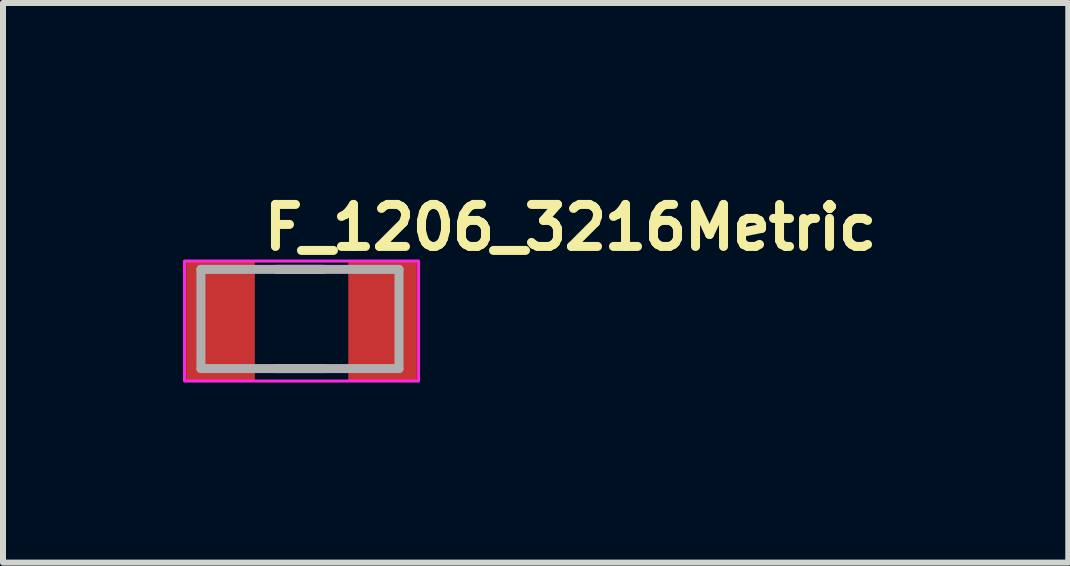
<source format=kicad_pcb>
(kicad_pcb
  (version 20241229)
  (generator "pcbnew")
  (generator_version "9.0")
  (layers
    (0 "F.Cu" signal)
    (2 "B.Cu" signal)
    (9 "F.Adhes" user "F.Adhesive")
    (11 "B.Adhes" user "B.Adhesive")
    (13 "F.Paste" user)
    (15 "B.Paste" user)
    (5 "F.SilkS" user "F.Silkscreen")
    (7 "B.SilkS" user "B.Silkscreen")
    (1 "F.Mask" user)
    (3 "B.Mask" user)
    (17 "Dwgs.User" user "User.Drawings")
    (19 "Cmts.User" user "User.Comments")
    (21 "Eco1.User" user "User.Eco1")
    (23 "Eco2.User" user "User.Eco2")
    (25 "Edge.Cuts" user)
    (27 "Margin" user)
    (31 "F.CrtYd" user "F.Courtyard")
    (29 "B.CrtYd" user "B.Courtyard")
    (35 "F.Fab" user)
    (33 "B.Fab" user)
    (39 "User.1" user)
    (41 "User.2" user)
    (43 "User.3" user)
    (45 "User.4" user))
  (footprint "F_1206_3216Metric"
    (layer "F.Cu")
    (at 1.975 2.3)
    (property "Reference" "F_1206_3216Metric" (at -0.7 -1.15 180) (layer "F.SilkS") (effects (font (size 0.7 0.7) (thickness 0.15)) (justify left bottom)))
    (attr smd)
    (fp_line (start 0.36 -0.861) (end -0.413 -0.861) (stroke (width 0.15) (type solid)) (layer "F.SilkS"))
    (fp_line (start 0.36 0.792) (end -0.413 0.792) (stroke (width 0.15) (type solid)) (layer "F.SilkS"))
    (fp_rect (start 1.95 1) (end -1.95 -1) (stroke (width 0.05) (type solid)) (fill no) (layer "F.CrtYd"))
    (fp_line (start -1.677 -0.861) (end -1.677 0.792) (stroke (width 0.15) (type solid)) (layer "F.Fab"))
    (fp_line (start -1.677 0.792) (end 1.624 0.792) (stroke (width 0.15) (type solid)) (layer "F.Fab"))
    (fp_line (start 1.624 -0.861) (end -1.677 -0.861) (stroke (width 0.15) (type solid)) (layer "F.Fab"))
    (fp_line (start 1.624 0.792) (end 1.624 -0.861) (stroke (width 0.15) (type solid)) (layer "F.Fab"))
    (fp_rect (start 1.588 0.761) (end -1.589 -0.762) (stroke (width 0.1) (type solid)) (fill no) (layer "User.5"))
    (fp_line (start -1.589 -0.762) (end -1.589 -0.653) (stroke (width 0.02) (type solid)) (layer "User.9"))
    (fp_line (start -1.589 -0.654) (end -1.588 -0.654) (stroke (width 0.02) (type solid)) (layer "User.9"))
    (fp_line (start -1.589 -0.653) (end -1.589 -0.762) (stroke (width 0.02) (type solid)) (layer "User.9"))
    (fp_line (start -1.589 -0.653) (end -1.589 -0.654) (stroke (width 0.02) (type solid)) (layer "User.9"))
    (fp_line (start -1.589 -0.653) (end -1.589 -0.653) (stroke (width 0.02) (type solid)) (layer "User.9"))
    (fp_line (start -1.589 -0.653) (end -1.589 -0.653) (stroke (width 0.02) (type solid)) (layer "User.9"))
    (fp_line (start -1.589 -0.653) (end -1.589 -0.25) (stroke (width 0.02) (type solid)) (layer "User.9"))
    (fp_line (start -1.589 -0.653) (end -1.578 -0.653) (stroke (width 0.02) (type solid)) (layer "User.9"))
    (fp_line (start -1.589 -0.25) (end -1.587 -0.252) (stroke (width 0.02) (type solid)) (layer "User.9"))
    (fp_line (start -1.589 -0.25) (end -1.579 -0.25) (stroke (width 0.02) (type solid)) (layer "User.9"))
    (fp_line (start -1.589 0.249) (end -1.589 0.652) (stroke (width 0.02) (type solid)) (layer "User.9"))
    (fp_line (start -1.589 0.249) (end -1.587 0.25) (stroke (width 0.02) (type solid)) (layer "User.9"))
    (fp_line (start -1.589 0.651) (end -1.588 0.651) (stroke (width 0.02) (type solid)) (layer "User.9"))
    (fp_line (start -1.589 0.652) (end -1.589 0.651) (stroke (width 0.02) (type solid)) (layer "User.9"))
    (fp_line (start -1.589 0.652) (end -1.589 0.652) (stroke (width 0.02) (type solid)) (layer "User.9"))
    (fp_line (start -1.589 0.652) (end -1.589 0.652) (stroke (width 0.02) (type solid)) (layer "User.9"))
    (fp_line (start -1.589 0.652) (end -1.589 0.761) (stroke (width 0.02) (type solid)) (layer "User.9"))
    (fp_line (start -1.589 0.761) (end -1.589 0.652) (stroke (width 0.02) (type solid)) (layer "User.9"))
    (fp_line (start -1.589 0.761) (end -1.578 0.761) (stroke (width 0.02) (type solid)) (layer "User.9"))
    (fp_line (start -1.588 -0.658) (end -1.587 -0.658) (stroke (width 0.02) (type solid)) (layer "User.9"))
    (fp_line (start -1.588 -0.657) (end -1.588 -0.658) (stroke (width 0.02) (type solid)) (layer "User.9"))
    (fp_line (start -1.588 -0.657) (end -1.588 -0.657) (stroke (width 0.02) (type solid)) (layer "User.9"))
    (fp_line (start -1.588 -0.656) (end -1.588 -0.657) (stroke (width 0.02) (type solid)) (layer "User.9"))
    (fp_line (start -1.588 -0.656) (end -1.588 -0.656) (stroke (width 0.02) (type solid)) (layer "User.9"))
    (fp_line (start -1.588 -0.655) (end -1.588 -0.656) (stroke (width 0.02) (type solid)) (layer "User.9"))
    (fp_line (start -1.588 -0.655) (end -1.588 -0.655) (stroke (width 0.02) (type solid)) (layer "User.9"))
    (fp_line (start -1.588 -0.654) (end -1.588 -0.655) (stroke (width 0.02) (type solid)) (layer "User.9"))
    (fp_line (start -1.588 -0.652) (end -1.589 -0.653) (stroke (width 0.02) (type solid)) (layer "User.9"))
    (fp_line (start -1.588 -0.652) (end -1.588 -0.652) (stroke (width 0.02) (type solid)) (layer "User.9"))
    (fp_line (start -1.588 -0.651) (end -1.588 -0.652) (stroke (width 0.02) (type solid)) (layer "User.9"))
    (fp_line (start -1.588 -0.651) (end -1.588 -0.651) (stroke (width 0.02) (type solid)) (layer "User.9"))
    (fp_line (start -1.588 -0.65) (end -1.588 -0.651) (stroke (width 0.02) (type solid)) (layer "User.9"))
    (fp_line (start -1.588 -0.65) (end -1.588 -0.65) (stroke (width 0.02) (type solid)) (layer "User.9"))
    (fp_line (start -1.588 -0.649) (end -1.588 -0.65) (stroke (width 0.02) (type solid)) (layer "User.9"))
    (fp_line (start -1.588 -0.649) (end -1.588 -0.649) (stroke (width 0.02) (type solid)) (layer "User.9"))
    (fp_line (start -1.588 0.647) (end -1.587 0.647) (stroke (width 0.02) (type solid)) (layer "User.9"))
    (fp_line (start -1.588 0.648) (end -1.588 0.647) (stroke (width 0.02) (type solid)) (layer "User.9"))
    (fp_line (start -1.588 0.648) (end -1.588 0.648) (stroke (width 0.02) (type solid)) (layer "User.9"))
    (fp_line (start -1.588 0.649) (end -1.588 0.648) (stroke (width 0.02) (type solid)) (layer "User.9"))
    (fp_line (start -1.588 0.649) (end -1.588 0.649) (stroke (width 0.02) (type solid)) (layer "User.9"))
    (fp_line (start -1.588 0.65) (end -1.588 0.649) (stroke (width 0.02) (type solid)) (layer "User.9"))
    (fp_line (start -1.588 0.65) (end -1.588 0.65) (stroke (width 0.02) (type solid)) (layer "User.9"))
    (fp_line (start -1.588 0.651) (end -1.588 0.65) (stroke (width 0.02) (type solid)) (layer "User.9"))
    (fp_line (start -1.588 0.653) (end -1.589 0.652) (stroke (width 0.02) (type solid)) (layer "User.9"))
    (fp_line (start -1.588 0.653) (end -1.588 0.653) (stroke (width 0.02) (type solid)) (layer "User.9"))
    (fp_line (start -1.588 0.654) (end -1.588 0.653) (stroke (width 0.02) (type solid)) (layer "User.9"))
    (fp_line (start -1.588 0.654) (end -1.588 0.654) (stroke (width 0.02) (type solid)) (layer "User.9"))
    (fp_line (start -1.588 0.655) (end -1.588 0.654) (stroke (width 0.02) (type solid)) (layer "User.9"))
    (fp_line (start -1.588 0.655) (end -1.588 0.655) (stroke (width 0.02) (type solid)) (layer "User.9"))
    (fp_line (start -1.588 0.656) (end -1.588 0.655) (stroke (width 0.02) (type solid)) (layer "User.9"))
    (fp_line (start -1.588 0.656) (end -1.588 0.656) (stroke (width 0.02) (type solid)) (layer "User.9"))
    (fp_line (start -1.587 -0.659) (end -1.587 -0.659) (stroke (width 0.02) (type solid)) (layer "User.9"))
    (fp_line (start -1.587 -0.659) (end -1.586 -0.66) (stroke (width 0.02) (type solid)) (layer "User.9"))
    (fp_line (start -1.587 -0.658) (end -1.587 -0.659) (stroke (width 0.02) (type solid)) (layer "User.9"))
    (fp_line (start -1.587 -0.658) (end -1.587 -0.658) (stroke (width 0.02) (type solid)) (layer "User.9"))
    (fp_line (start -1.587 -0.649) (end -1.588 -0.649) (stroke (width 0.02) (type solid)) (layer "User.9"))
    (fp_line (start -1.587 -0.648) (end -1.587 -0.649) (stroke (width 0.02) (type solid)) (layer "User.9"))
    (fp_line (start -1.587 -0.648) (end -1.587 -0.648) (stroke (width 0.02) (type solid)) (layer "User.9"))
    (fp_line (start -1.587 -0.647) (end -1.587 -0.648) (stroke (width 0.02) (type solid)) (layer "User.9"))
    (fp_line (start -1.587 -0.252) (end -1.589 -0.25) (stroke (width 0.02) (type solid)) (layer "User.9"))
    (fp_line (start -1.587 -0.252) (end -1.585 -0.254) (stroke (width 0.02) (type solid)) (layer "User.9"))
    (fp_line (start -1.587 0.25) (end -1.589 0.249) (stroke (width 0.02) (type solid)) (layer "User.9"))
    (fp_line (start -1.587 0.25) (end -1.585 0.252) (stroke (width 0.02) (type solid)) (layer "User.9"))
    (fp_line (start -1.587 0.646) (end -1.587 0.646) (stroke (width 0.02) (type solid)) (layer "User.9"))
    (fp_line (start -1.587 0.646) (end -1.586 0.645) (stroke (width 0.02) (type solid)) (layer "User.9"))
    (fp_line (start -1.587 0.647) (end -1.587 0.646) (stroke (width 0.02) (type solid)) (layer "User.9"))
    (fp_line (start -1.587 0.647) (end -1.587 0.647) (stroke (width 0.02) (type solid)) (layer "User.9"))
    (fp_line (start -1.587 0.656) (end -1.588 0.656) (stroke (width 0.02) (type solid)) (layer "User.9"))
    (fp_line (start -1.587 0.657) (end -1.587 0.656) (stroke (width 0.02) (type solid)) (layer "User.9"))
    (fp_line (start -1.587 0.657) (end -1.587 0.657) (stroke (width 0.02) (type solid)) (layer "User.9"))
    (fp_line (start -1.587 0.658) (end -1.587 0.657) (stroke (width 0.02) (type solid)) (layer "User.9"))
    (fp_line (start -1.586 -0.66) (end -1.586 -0.66) (stroke (width 0.02) (type solid)) (layer "User.9"))
    (fp_line (start -1.586 -0.66) (end -1.586 -0.66) (stroke (width 0.02) (type solid)) (layer "User.9"))
    (fp_line (start -1.586 -0.66) (end -1.585 -0.661) (stroke (width 0.02) (type solid)) (layer "User.9"))
    (fp_line (start -1.586 -0.647) (end -1.587 -0.647) (stroke (width 0.02) (type solid)) (layer "User.9"))
    (fp_line (start -1.586 -0.647) (end -1.586 -0.647) (stroke (width 0.02) (type solid)) (layer "User.9"))
    (fp_line (start -1.586 -0.646) (end -1.586 -0.647) (stroke (width 0.02) (type solid)) (layer "User.9"))
    (fp_line (start -1.586 0.645) (end -1.586 0.645) (stroke (width 0.02) (type solid)) (layer "User.9"))
    (fp_line (start -1.586 0.645) (end -1.586 0.645) (stroke (width 0.02) (type solid)) (layer "User.9"))
    (fp_line (start -1.586 0.645) (end -1.585 0.644) (stroke (width 0.02) (type solid)) (layer "User.9"))
    (fp_line (start -1.586 0.658) (end -1.587 0.658) (stroke (width 0.02) (type solid)) (layer "User.9"))
    (fp_line (start -1.586 0.658) (end -1.586 0.658) (stroke (width 0.02) (type solid)) (layer "User.9"))
    (fp_line (start -1.586 0.659) (end -1.586 0.658) (stroke (width 0.02) (type solid)) (layer "User.9"))
    (fp_line (start -1.585 -0.661) (end -1.585 -0.661) (stroke (width 0.02) (type solid)) (layer "User.9"))
    (fp_line (start -1.585 -0.661) (end -1.585 -0.661) (stroke (width 0.02) (type solid)) (layer "User.9"))
    (fp_line (start -1.585 -0.661) (end -1.583 -0.662) (stroke (width 0.02) (type solid)) (layer "User.9"))
    (fp_line (start -1.585 -0.646) (end -1.586 -0.646) (stroke (width 0.02) (type solid)) (layer "User.9"))
    (fp_line (start -1.585 -0.646) (end -1.585 -0.646) (stroke (width 0.02) (type solid)) (layer "User.9"))
    (fp_line (start -1.585 -0.645) (end -1.585 -0.646) (stroke (width 0.02) (type solid)) (layer "User.9"))
    (fp_line (start -1.585 -0.254) (end -1.587 -0.252) (stroke (width 0.02) (type solid)) (layer "User.9"))
    (fp_line (start -1.585 -0.254) (end -1.578 -0.262) (stroke (width 0.02) (type solid)) (layer "User.9"))
    (fp_line (start -1.585 0.252) (end -1.587 0.25) (stroke (width 0.02) (type solid)) (layer "User.9"))
    (fp_line (start -1.585 0.252) (end -1.578 0.258) (stroke (width 0.02) (type solid)) (layer "User.9"))
    (fp_line (start -1.585 0.644) (end -1.585 0.644) (stroke (width 0.02) (type solid)) (layer "User.9"))
    (fp_line (start -1.585 0.644) (end -1.585 0.644) (stroke (width 0.02) (type solid)) (layer "User.9"))
    (fp_line (start -1.585 0.644) (end -1.583 0.643) (stroke (width 0.02) (type solid)) (layer "User.9"))
    (fp_line (start -1.585 0.659) (end -1.586 0.659) (stroke (width 0.02) (type solid)) (layer "User.9"))
    (fp_line (start -1.585 0.659) (end -1.585 0.659) (stroke (width 0.02) (type solid)) (layer "User.9"))
    (fp_line (start -1.585 0.66) (end -1.585 0.659) (stroke (width 0.02) (type solid)) (layer "User.9"))
    (fp_line (start -1.583 -0.662) (end -1.583 -0.662) (stroke (width 0.02) (type solid)) (layer "User.9"))
    (fp_line (start -1.583 -0.662) (end -1.582 -0.662) (stroke (width 0.02) (type solid)) (layer "User.9"))
    (fp_line (start -1.583 -0.645) (end -1.585 -0.645) (stroke (width 0.02) (type solid)) (layer "User.9"))
    (fp_line (start -1.583 -0.645) (end -1.583 -0.645) (stroke (width 0.02) (type solid)) (layer "User.9"))
    (fp_line (start -1.583 0.643) (end -1.583 0.643) (stroke (width 0.02) (type solid)) (layer "User.9"))
    (fp_line (start -1.583 0.643) (end -1.582 0.643) (stroke (width 0.02) (type solid)) (layer "User.9"))
    (fp_line (start -1.583 0.66) (end -1.585 0.66) (stroke (width 0.02) (type solid)) (layer "User.9"))
    (fp_line (start -1.583 0.66) (end -1.583 0.66) (stroke (width 0.02) (type solid)) (layer "User.9"))
    (fp_line (start -1.582 -0.662) (end -1.582 -0.662) (stroke (width 0.02) (type solid)) (layer "User.9"))
    (fp_line (start -1.582 -0.662) (end -1.581 -0.663) (stroke (width 0.02) (type solid)) (layer "User.9"))
    (fp_line (start -1.582 -0.645) (end -1.583 -0.645) (stroke (width 0.02) (type solid)) (layer "User.9"))
    (fp_line (start -1.582 -0.644) (end -1.582 -0.645) (stroke (width 0.02) (type solid)) (layer "User.9"))
    (fp_line (start -1.582 0.643) (end -1.582 0.643) (stroke (width 0.02) (type solid)) (layer "User.9"))
    (fp_line (start -1.582 0.643) (end -1.581 0.642) (stroke (width 0.02) (type solid)) (layer "User.9"))
    (fp_line (start -1.582 0.66) (end -1.583 0.66) (stroke (width 0.02) (type solid)) (layer "User.9"))
    (fp_line (start -1.582 0.661) (end -1.582 0.66) (stroke (width 0.02) (type solid)) (layer "User.9"))
    (fp_line (start -1.581 -0.663) (end -1.581 -0.663) (stroke (width 0.02) (type solid)) (layer "User.9"))
    (fp_line (start -1.581 -0.663) (end -1.581 -0.663) (stroke (width 0.02) (type solid)) (layer "User.9"))
    (fp_line (start -1.581 -0.663) (end -1.58 -0.663) (stroke (width 0.02) (type solid)) (layer "User.9"))
    (fp_line (start -1.581 -0.644) (end -1.582 -0.644) (stroke (width 0.02) (type solid)) (layer "User.9"))
    (fp_line (start -1.581 -0.644) (end -1.581 -0.644) (stroke (width 0.02) (type solid)) (layer "User.9"))
    (fp_line (start -1.581 -0.644) (end -1.581 -0.644) (stroke (width 0.02) (type solid)) (layer "User.9"))
    (fp_line (start -1.581 -0.258) (end -1.585 -0.254) (stroke (width 0.02) (type solid)) (layer "User.9"))
    (fp_line (start -1.581 0.254) (end -1.585 0.252) (stroke (width 0.02) (type solid)) (layer "User.9"))
    (fp_line (start -1.581 0.642) (end -1.581 0.642) (stroke (width 0.02) (type solid)) (layer "User.9"))
    (fp_line (start -1.581 0.642) (end -1.581 0.642) (stroke (width 0.02) (type solid)) (layer "User.9"))
    (fp_line (start -1.581 0.642) (end -1.58 0.642) (stroke (width 0.02) (type solid)) (layer "User.9"))
    (fp_line (start -1.581 0.661) (end -1.582 0.661) (stroke (width 0.02) (type solid)) (layer "User.9"))
    (fp_line (start -1.581 0.661) (end -1.581 0.661) (stroke (width 0.02) (type solid)) (layer "User.9"))
    (fp_line (start -1.581 0.661) (end -1.581 0.661) (stroke (width 0.02) (type solid)) (layer "User.9"))
    (fp_line (start -1.58 -0.663) (end -1.58 -0.663) (stroke (width 0.02) (type solid)) (layer "User.9"))
    (fp_line (start -1.58 -0.663) (end -1.579 -0.663) (stroke (width 0.02) (type solid)) (layer "User.9"))
    (fp_line (start -1.58 -0.644) (end -1.581 -0.644) (stroke (width 0.02) (type solid)) (layer "User.9"))
    (fp_line (start -1.58 -0.644) (end -1.58 -0.644) (stroke (width 0.02) (type solid)) (layer "User.9"))
    (fp_line (start -1.58 0.642) (end -1.58 0.642) (stroke (width 0.02) (type solid)) (layer "User.9"))
    (fp_line (start -1.58 0.642) (end -1.579 0.642) (stroke (width 0.02) (type solid)) (layer "User.9"))
    (fp_line (start -1.58 0.661) (end -1.581 0.661) (stroke (width 0.02) (type solid)) (layer "User.9"))
    (fp_line (start -1.58 0.661) (end -1.58 0.661) (stroke (width 0.02) (type solid)) (layer "User.9"))
    (fp_line (start -1.579 -0.663) (end -1.579 -0.663) (stroke (width 0.02) (type solid)) (layer "User.9"))
    (fp_line (start -1.579 -0.663) (end -1.578 -0.663) (stroke (width 0.02) (type solid)) (layer "User.9"))
    (fp_line (start -1.579 -0.643) (end -1.58 -0.644) (stroke (width 0.02) (type solid)) (layer "User.9"))
    (fp_line (start -1.579 -0.643) (end -1.579 -0.643) (stroke (width 0.02) (type solid)) (layer "User.9"))
    (fp_line (start -1.579 -0.25) (end -1.571 -0.25) (stroke (width 0.02) (type solid)) (layer "User.9"))
    (fp_line (start -1.579 0.642) (end -1.579 0.642) (stroke (width 0.02) (type solid)) (layer "User.9"))
    (fp_line (start -1.579 0.642) (end -1.578 0.642) (stroke (width 0.02) (type solid)) (layer "User.9"))
    (fp_line (start -1.579 0.662) (end -1.58 0.661) (stroke (width 0.02) (type solid)) (layer "User.9"))
    (fp_line (start -1.579 0.662) (end -1.579 0.662) (stroke (width 0.02) (type solid)) (layer "User.9"))
    (fp_line (start -1.578 -0.762) (end -1.589 -0.762) (stroke (width 0.02) (type solid)) (layer "User.9"))
    (fp_line (start -1.578 -0.663) (end -1.578 -0.663) (stroke (width 0.02) (type solid)) (layer "User.9"))
    (fp_line (start -1.578 -0.663) (end -1.578 -0.663) (stroke (width 0.02) (type solid)) (layer "User.9"))
    (fp_line (start -1.578 -0.663) (end -1.577 -0.663) (stroke (width 0.02) (type solid)) (layer "User.9"))
    (fp_line (start -1.578 -0.653) (end -1.578 -0.663) (stroke (width 0.02) (type solid)) (layer "User.9"))
    (fp_line (start -1.578 -0.643) (end -1.579 -0.643) (stroke (width 0.02) (type solid)) (layer "User.9"))
    (fp_line (start -1.578 -0.643) (end -1.578 -0.643) (stroke (width 0.02) (type solid)) (layer "User.9"))
    (fp_line (start -1.578 -0.643) (end -1.578 -0.643) (stroke (width 0.02) (type solid)) (layer "User.9"))
    (fp_line (start -1.578 -0.262) (end -1.581 -0.258) (stroke (width 0.02) (type solid)) (layer "User.9"))
    (fp_line (start -1.578 0.258) (end -1.581 0.254) (stroke (width 0.02) (type solid)) (layer "User.9"))
    (fp_line (start -1.578 0.642) (end -1.578 0.642) (stroke (width 0.02) (type solid)) (layer "User.9"))
    (fp_line (start -1.578 0.642) (end -1.578 0.642) (stroke (width 0.02) (type solid)) (layer "User.9"))
    (fp_line (start -1.578 0.642) (end -1.577 0.642) (stroke (width 0.02) (type solid)) (layer "User.9"))
    (fp_line (start -1.578 0.652) (end -1.589 0.652) (stroke (width 0.02) (type solid)) (layer "User.9"))
    (fp_line (start -1.578 0.662) (end -1.579 0.662) (stroke (width 0.02) (type solid)) (layer "User.9"))
    (fp_line (start -1.578 0.662) (end -1.578 0.652) (stroke (width 0.02) (type solid)) (layer "User.9"))
    (fp_line (start -1.578 0.662) (end -1.578 0.662) (stroke (width 0.02) (type solid)) (layer "User.9"))
    (fp_line (start -1.578 0.662) (end -1.578 0.662) (stroke (width 0.02) (type solid)) (layer "User.9"))
    (fp_line (start -1.578 0.662) (end -0.929 0.662) (stroke (width 0.02) (type solid)) (layer "User.9"))
    (fp_line (start -1.578 0.761) (end -1.538 0.761) (stroke (width 0.02) (type solid)) (layer "User.9"))
    (fp_line (start -1.577 -0.663) (end -1.577 -0.663) (stroke (width 0.02) (type solid)) (layer "User.9"))
    (fp_line (start -1.577 -0.663) (end -1.576 -0.663) (stroke (width 0.02) (type solid)) (layer "User.9"))
    (fp_line (start -1.577 -0.643) (end -1.578 -0.643) (stroke (width 0.02) (type solid)) (layer "User.9"))
    (fp_line (start -1.577 -0.643) (end -1.577 -0.643) (stroke (width 0.02) (type solid)) (layer "User.9"))
    (fp_line (start -1.577 0.642) (end -1.577 0.642) (stroke (width 0.02) (type solid)) (layer "User.9"))
    (fp_line (start -1.577 0.642) (end -1.576 0.642) (stroke (width 0.02) (type solid)) (layer "User.9"))
    (fp_line (start -1.577 0.662) (end -1.578 0.662) (stroke (width 0.02) (type solid)) (layer "User.9"))
    (fp_line (start -1.577 0.662) (end -1.577 0.662) (stroke (width 0.02) (type solid)) (layer "User.9"))
    (fp_line (start -1.576 -0.663) (end -1.576 -0.663) (stroke (width 0.02) (type solid)) (layer "User.9"))
    (fp_line (start -1.576 -0.663) (end -1.575 -0.663) (stroke (width 0.02) (type solid)) (layer "User.9"))
    (fp_line (start -1.576 -0.644) (end -1.576 -0.643) (stroke (width 0.02) (type solid)) (layer "User.9"))
    (fp_line (start -1.576 -0.643) (end -1.577 -0.643) (stroke (width 0.02) (type solid)) (layer "User.9"))
    (fp_line (start -1.576 0.642) (end -1.576 0.642) (stroke (width 0.02) (type solid)) (layer "User.9"))
    (fp_line (start -1.576 0.642) (end -1.575 0.642) (stroke (width 0.02) (type solid)) (layer "User.9"))
    (fp_line (start -1.576 0.661) (end -1.576 0.662) (stroke (width 0.02) (type solid)) (layer "User.9"))
    (fp_line (start -1.576 0.662) (end -1.577 0.662) (stroke (width 0.02) (type solid)) (layer "User.9"))
    (fp_line (start -1.575 -0.663) (end -1.575 -0.663) (stroke (width 0.02) (type solid)) (layer "User.9"))
    (fp_line (start -1.575 -0.663) (end -1.574 -0.663) (stroke (width 0.02) (type solid)) (layer "User.9"))
    (fp_line (start -1.575 -0.644) (end -1.576 -0.644) (stroke (width 0.02) (type solid)) (layer "User.9"))
    (fp_line (start -1.575 -0.644) (end -1.575 -0.644) (stroke (width 0.02) (type solid)) (layer "User.9"))
    (fp_line (start -1.575 0.642) (end -1.575 0.642) (stroke (width 0.02) (type solid)) (layer "User.9"))
    (fp_line (start -1.575 0.642) (end -1.574 0.642) (stroke (width 0.02) (type solid)) (layer "User.9"))
    (fp_line (start -1.575 0.661) (end -1.576 0.661) (stroke (width 0.02) (type solid)) (layer "User.9"))
    (fp_line (start -1.575 0.661) (end -1.575 0.661) (stroke (width 0.02) (type solid)) (layer "User.9"))
    (fp_line (start -1.574 -0.663) (end -1.574 -0.663) (stroke (width 0.02) (type solid)) (layer "User.9"))
    (fp_line (start -1.574 -0.663) (end -1.573 -0.662) (stroke (width 0.02) (type solid)) (layer "User.9"))
    (fp_line (start -1.574 -0.644) (end -1.575 -0.644) (stroke (width 0.02) (type solid)) (layer "User.9"))
    (fp_line (start -1.574 -0.644) (end -1.574 -0.644) (stroke (width 0.02) (type solid)) (layer "User.9"))
    (fp_line (start -1.574 0.642) (end -1.574 0.642) (stroke (width 0.02) (type solid)) (layer "User.9"))
    (fp_line (start -1.574 0.642) (end -1.573 0.643) (stroke (width 0.02) (type solid)) (layer "User.9"))
    (fp_line (start -1.574 0.661) (end -1.575 0.661) (stroke (width 0.02) (type solid)) (layer "User.9"))
    (fp_line (start -1.574 0.661) (end -1.574 0.661) (stroke (width 0.02) (type solid)) (layer "User.9"))
    (fp_line (start -1.573 -0.662) (end -1.573 -0.662) (stroke (width 0.02) (type solid)) (layer "User.9"))
    (fp_line (start -1.573 -0.662) (end -1.572 -0.662) (stroke (width 0.02) (type solid)) (layer "User.9"))
    (fp_line (start -1.573 -0.645) (end -1.573 -0.644) (stroke (width 0.02) (type solid)) (layer "User.9"))
    (fp_line (start -1.573 -0.644) (end -1.574 -0.644) (stroke (width 0.02) (type solid)) (layer "User.9"))
    (fp_line (start -1.573 0.643) (end -1.573 0.643) (stroke (width 0.02) (type solid)) (layer "User.9"))
    (fp_line (start -1.573 0.643) (end -1.572 0.643) (stroke (width 0.02) (type solid)) (layer "User.9"))
    (fp_line (start -1.573 0.66) (end -1.573 0.661) (stroke (width 0.02) (type solid)) (layer "User.9"))
    (fp_line (start -1.573 0.661) (end -1.574 0.661) (stroke (width 0.02) (type solid)) (layer "User.9"))
    (fp_line (start -1.572 -0.662) (end -1.572 -0.662) (stroke (width 0.02) (type solid)) (layer "User.9"))
    (fp_line (start -1.572 -0.662) (end -1.572 -0.661) (stroke (width 0.02) (type solid)) (layer "User.9"))
    (fp_line (start -1.572 -0.661) (end -1.571 -0.661) (stroke (width 0.02) (type solid)) (layer "User.9"))
    (fp_line (start -1.572 -0.645) (end -1.573 -0.645) (stroke (width 0.02) (type solid)) (layer "User.9"))
    (fp_line (start -1.572 -0.645) (end -1.572 -0.645) (stroke (width 0.02) (type solid)) (layer "User.9"))
    (fp_line (start -1.572 -0.645) (end -1.572 -0.645) (stroke (width 0.02) (type solid)) (layer "User.9"))
    (fp_line (start -1.572 0.643) (end -1.572 0.643) (stroke (width 0.02) (type solid)) (layer "User.9"))
    (fp_line (start -1.572 0.643) (end -1.572 0.644) (stroke (width 0.02) (type solid)) (layer "User.9"))
    (fp_line (start -1.572 0.644) (end -1.571 0.644) (stroke (width 0.02) (type solid)) (layer "User.9"))
    (fp_line (start -1.572 0.66) (end -1.573 0.66) (stroke (width 0.02) (type solid)) (layer "User.9"))
    (fp_line (start -1.572 0.66) (end -1.572 0.66) (stroke (width 0.02) (type solid)) (layer "User.9"))
    (fp_line (start -1.572 0.66) (end -1.572 0.66) (stroke (width 0.02) (type solid)) (layer "User.9"))
    (fp_line (start -1.571 -0.661) (end -1.571 -0.661) (stroke (width 0.02) (type solid)) (layer "User.9"))
    (fp_line (start -1.571 -0.661) (end -1.57 -0.66) (stroke (width 0.02) (type solid)) (layer "User.9"))
    (fp_line (start -1.571 -0.646) (end -1.572 -0.645) (stroke (width 0.02) (type solid)) (layer "User.9"))
    (fp_line (start -1.571 -0.646) (end -1.571 -0.646) (stroke (width 0.02) (type solid)) (layer "User.9"))
    (fp_line (start -1.571 -0.25) (end -1.564 -0.25) (stroke (width 0.02) (type solid)) (layer "User.9"))
    (fp_line (start -1.571 0.248) (end -1.589 0.249) (stroke (width 0.02) (type solid)) (layer "User.9"))
    (fp_line (start -1.571 0.644) (end -1.571 0.644) (stroke (width 0.02) (type solid)) (layer "User.9"))
    (fp_line (start -1.571 0.644) (end -1.57 0.645) (stroke (width 0.02) (type solid)) (layer "User.9"))
    (fp_line (start -1.571 0.659) (end -1.572 0.66) (stroke (width 0.02) (type solid)) (layer "User.9"))
    (fp_line (start -1.571 0.659) (end -1.571 0.659) (stroke (width 0.02) (type solid)) (layer "User.9"))
    (fp_line (start -1.57 -0.66) (end -1.57 -0.66) (stroke (width 0.02) (type solid)) (layer "User.9"))
    (fp_line (start -1.57 -0.66) (end -1.57 -0.66) (stroke (width 0.02) (type solid)) (layer "User.9"))
    (fp_line (start -1.57 -0.66) (end -1.57 -0.659) (stroke (width 0.02) (type solid)) (layer "User.9"))
    (fp_line (start -1.57 -0.659) (end -1.569 -0.659) (stroke (width 0.02) (type solid)) (layer "User.9"))
    (fp_line (start -1.57 -0.647) (end -1.57 -0.647) (stroke (width 0.02) (type solid)) (layer "User.9"))
    (fp_line (start -1.57 -0.647) (end -1.57 -0.647) (stroke (width 0.02) (type solid)) (layer "User.9"))
    (fp_line (start -1.57 -0.647) (end -1.57 -0.646) (stroke (width 0.02) (type solid)) (layer "User.9"))
    (fp_line (start -1.57 -0.646) (end -1.571 -0.646) (stroke (width 0.02) (type solid)) (layer "User.9"))
    (fp_line (start -1.57 0.645) (end -1.57 0.645) (stroke (width 0.02) (type solid)) (layer "User.9"))
    (fp_line (start -1.57 0.645) (end -1.57 0.645) (stroke (width 0.02) (type solid)) (layer "User.9"))
    (fp_line (start -1.57 0.645) (end -1.57 0.646) (stroke (width 0.02) (type solid)) (layer "User.9"))
    (fp_line (start -1.57 0.646) (end -1.569 0.646) (stroke (width 0.02) (type solid)) (layer "User.9"))
    (fp_line (start -1.57 0.658) (end -1.57 0.658) (stroke (width 0.02) (type solid)) (layer "User.9"))
    (fp_line (start -1.57 0.658) (end -1.57 0.658) (stroke (width 0.02) (type solid)) (layer "User.9"))
    (fp_line (start -1.57 0.658) (end -1.57 0.659) (stroke (width 0.02) (type solid)) (layer "User.9"))
    (fp_line (start -1.57 0.659) (end -1.571 0.659) (stroke (width 0.02) (type solid)) (layer "User.9"))
    (fp_line (start -1.569 -0.659) (end -1.569 -0.658) (stroke (width 0.02) (type solid)) (layer "User.9"))
    (fp_line (start -1.569 -0.658) (end -1.569 -0.658) (stroke (width 0.02) (type solid)) (layer "User.9"))
    (fp_line (start -1.569 -0.658) (end -1.569 -0.658) (stroke (width 0.02) (type solid)) (layer "User.9"))
    (fp_line (start -1.569 -0.658) (end -1.568 -0.657) (stroke (width 0.02) (type solid)) (layer "User.9"))
    (fp_line (start -1.569 -0.649) (end -1.569 -0.649) (stroke (width 0.02) (type solid)) (layer "User.9"))
    (fp_line (start -1.569 -0.649) (end -1.569 -0.648) (stroke (width 0.02) (type solid)) (layer "User.9"))
    (fp_line (start -1.569 -0.648) (end -1.57 -0.647) (stroke (width 0.02) (type solid)) (layer "User.9"))
    (fp_line (start -1.569 -0.648) (end -1.569 -0.648) (stroke (width 0.02) (type solid)) (layer "User.9"))
    (fp_line (start -1.569 0.646) (end -1.569 0.647) (stroke (width 0.02) (type solid)) (layer "User.9"))
    (fp_line (start -1.569 0.647) (end -1.569 0.647) (stroke (width 0.02) (type solid)) (layer "User.9"))
    (fp_line (start -1.569 0.647) (end -1.569 0.647) (stroke (width 0.02) (type solid)) (layer "User.9"))
    (fp_line (start -1.569 0.647) (end -1.568 0.648) (stroke (width 0.02) (type solid)) (layer "User.9"))
    (fp_line (start -1.569 0.656) (end -1.569 0.656) (stroke (width 0.02) (type solid)) (layer "User.9"))
    (fp_line (start -1.569 0.656) (end -1.569 0.657) (stroke (width 0.02) (type solid)) (layer "User.9"))
    (fp_line (start -1.569 0.657) (end -1.57 0.658) (stroke (width 0.02) (type solid)) (layer "User.9"))
    (fp_line (start -1.569 0.657) (end -1.569 0.657) (stroke (width 0.02) (type solid)) (layer "User.9"))
    (fp_line (start -1.568 -0.657) (end -1.568 -0.657) (stroke (width 0.02) (type solid)) (layer "User.9"))
    (fp_line (start -1.568 -0.657) (end -1.568 -0.656) (stroke (width 0.02) (type solid)) (layer "User.9"))
    (fp_line (start -1.568 -0.656) (end -1.568 -0.656) (stroke (width 0.02) (type solid)) (layer "User.9"))
    (fp_line (start -1.568 -0.656) (end -1.568 -0.655) (stroke (width 0.02) (type solid)) (layer "User.9"))
    (fp_line (start -1.568 -0.655) (end -1.568 -0.655) (stroke (width 0.02) (type solid)) (layer "User.9"))
    (fp_line (start -1.568 -0.655) (end -1.568 -0.654) (stroke (width 0.02) (type solid)) (layer "User.9"))
    (fp_line (start -1.568 -0.654) (end -1.568 -0.654) (stroke (width 0.02) (type solid)) (layer "User.9"))
    (fp_line (start -1.568 -0.654) (end -1.568 -0.653) (stroke (width 0.02) (type solid)) (layer "User.9"))
    (fp_line (start -1.568 -0.653) (end -1.568 -0.653) (stroke (width 0.02) (type solid)) (layer "User.9"))
    (fp_line (start -1.568 -0.653) (end -1.568 -0.653) (stroke (width 0.02) (type solid)) (layer "User.9"))
    (fp_line (start -1.568 -0.653) (end -1.568 -0.653) (stroke (width 0.02) (type solid)) (layer "User.9"))
    (fp_line (start -1.568 -0.653) (end -1.568 -0.652) (stroke (width 0.02) (type solid)) (layer "User.9"))
    (fp_line (start -1.568 -0.652) (end -1.568 -0.652) (stroke (width 0.02) (type solid)) (layer "User.9"))
    (fp_line (start -1.568 -0.652) (end -1.568 -0.651) (stroke (width 0.02) (type solid)) (layer "User.9"))
    (fp_line (start -1.568 -0.651) (end -1.568 -0.651) (stroke (width 0.02) (type solid)) (layer "User.9"))
    (fp_line (start -1.568 -0.651) (end -1.568 -0.65) (stroke (width 0.02) (type solid)) (layer "User.9"))
    (fp_line (start -1.568 -0.65) (end -1.568 -0.65) (stroke (width 0.02) (type solid)) (layer "User.9"))
    (fp_line (start -1.568 -0.65) (end -1.568 -0.649) (stroke (width 0.02) (type solid)) (layer "User.9"))
    (fp_line (start -1.568 -0.649) (end -1.569 -0.649) (stroke (width 0.02) (type solid)) (layer "User.9"))
    (fp_line (start -1.568 0.648) (end -1.568 0.648) (stroke (width 0.02) (type solid)) (layer "User.9"))
    (fp_line (start -1.568 0.648) (end -1.568 0.649) (stroke (width 0.02) (type solid)) (layer "User.9"))
    (fp_line (start -1.568 0.649) (end -1.568 0.649) (stroke (width 0.02) (type solid)) (layer "User.9"))
    (fp_line (start -1.568 0.649) (end -1.568 0.65) (stroke (width 0.02) (type solid)) (layer "User.9"))
    (fp_line (start -1.568 0.65) (end -1.568 0.65) (stroke (width 0.02) (type solid)) (layer "User.9"))
    (fp_line (start -1.568 0.65) (end -1.568 0.651) (stroke (width 0.02) (type solid)) (layer "User.9"))
    (fp_line (start -1.568 0.651) (end -1.568 0.651) (stroke (width 0.02) (type solid)) (layer "User.9"))
    (fp_line (start -1.568 0.651) (end -1.568 0.652) (stroke (width 0.02) (type solid)) (layer "User.9"))
    (fp_line (start -1.568 0.652) (end -1.568 0.652) (stroke (width 0.02) (type solid)) (layer "User.9"))
    (fp_line (start -1.568 0.652) (end -1.568 0.652) (stroke (width 0.02) (type solid)) (layer "User.9"))
    (fp_line (start -1.568 0.652) (end -1.568 0.652) (stroke (width 0.02) (type solid)) (layer "User.9"))
    (fp_line (start -1.568 0.652) (end -1.568 0.653) (stroke (width 0.02) (type solid)) (layer "User.9"))
    (fp_line (start -1.568 0.653) (end -1.568 0.653) (stroke (width 0.02) (type solid)) (layer "User.9"))
    (fp_line (start -1.568 0.653) (end -1.568 0.654) (stroke (width 0.02) (type solid)) (layer "User.9"))
    (fp_line (start -1.568 0.654) (end -1.568 0.654) (stroke (width 0.02) (type solid)) (layer "User.9"))
    (fp_line (start -1.568 0.654) (end -1.568 0.655) (stroke (width 0.02) (type solid)) (layer "User.9"))
    (fp_line (start -1.568 0.655) (end -1.568 0.655) (stroke (width 0.02) (type solid)) (layer "User.9"))
    (fp_line (start -1.568 0.655) (end -1.568 0.656) (stroke (width 0.02) (type solid)) (layer "User.9"))
    (fp_line (start -1.568 0.656) (end -1.569 0.656) (stroke (width 0.02) (type solid)) (layer "User.9"))
    (fp_line (start -1.564 -0.25) (end -1.555 -0.249) (stroke (width 0.02) (type solid)) (layer "User.9"))
    (fp_line (start -1.555 -0.249) (end -1.546 -0.248) (stroke (width 0.02) (type solid)) (layer "User.9"))
    (fp_line (start -1.555 0.247) (end -1.571 0.248) (stroke (width 0.02) (type solid)) (layer "User.9"))
    (fp_line (start -1.546 -0.248) (end -1.538 -0.246) (stroke (width 0.02) (type solid)) (layer "User.9"))
    (fp_line (start -1.538 -0.762) (end -1.578 -0.762) (stroke (width 0.02) (type solid)) (layer "User.9"))
    (fp_line (start -1.538 -0.762) (end 1.536 -0.762) (stroke (width 0.02) (type solid)) (layer "User.9"))
    (fp_line (start -1.538 -0.663) (end -1.538 -0.762) (stroke (width 0.02) (type solid)) (layer "User.9"))
    (fp_line (start -1.538 -0.663) (end -1.538 -0.762) (stroke (width 0.02) (type solid)) (layer "User.9"))
    (fp_line (start -1.538 -0.246) (end -1.53 -0.245) (stroke (width 0.02) (type solid)) (layer "User.9"))
    (fp_line (start -1.538 0.244) (end -1.555 0.247) (stroke (width 0.02) (type solid)) (layer "User.9"))
    (fp_line (start -1.538 0.761) (end -1.538 0.662) (stroke (width 0.02) (type solid)) (layer "User.9"))
    (fp_line (start -1.538 0.761) (end -1.538 0.662) (stroke (width 0.02) (type solid)) (layer "User.9"))
    (fp_line (start -1.53 -0.245) (end -1.522 -0.243) (stroke (width 0.02) (type solid)) (layer "User.9"))
    (fp_line (start -1.522 -0.243) (end -1.514 -0.241) (stroke (width 0.02) (type solid)) (layer "User.9"))
    (fp_line (start -1.522 0.24) (end -1.538 0.244) (stroke (width 0.02) (type solid)) (layer "User.9"))
    (fp_line (start -1.514 -0.241) (end -1.506 -0.239) (stroke (width 0.02) (type solid)) (layer "User.9"))
    (fp_line (start -1.506 -0.239) (end -1.5 -0.236) (stroke (width 0.02) (type solid)) (layer "User.9"))
    (fp_line (start -1.506 0.235) (end -1.522 0.24) (stroke (width 0.02) (type solid)) (layer "User.9"))
    (fp_line (start -1.5 -0.236) (end -1.492 -0.233) (stroke (width 0.02) (type solid)) (layer "User.9"))
    (fp_line (start -1.492 -0.233) (end -1.484 -0.23) (stroke (width 0.02) (type solid)) (layer "User.9"))
    (fp_line (start -1.492 0.23) (end -1.506 0.235) (stroke (width 0.02) (type solid)) (layer "User.9"))
    (fp_line (start -1.484 -0.23) (end -1.478 -0.225) (stroke (width 0.02) (type solid)) (layer "User.9"))
    (fp_line (start -1.478 -0.225) (end -1.47 -0.222) (stroke (width 0.02) (type solid)) (layer "User.9"))
    (fp_line (start -1.478 0.223) (end -1.492 0.23) (stroke (width 0.02) (type solid)) (layer "User.9"))
    (fp_line (start -1.47 -0.222) (end -1.464 -0.218) (stroke (width 0.02) (type solid)) (layer "User.9"))
    (fp_line (start -1.464 -0.218) (end -1.457 -0.214) (stroke (width 0.02) (type solid)) (layer "User.9"))
    (fp_line (start -1.464 0.214) (end -1.478 0.223) (stroke (width 0.02) (type solid)) (layer "User.9"))
    (fp_line (start -1.457 -0.214) (end -1.449 -0.21) (stroke (width 0.02) (type solid)) (layer "User.9"))
    (fp_line (start -1.449 -0.21) (end -1.443 -0.206) (stroke (width 0.02) (type solid)) (layer "User.9"))
    (fp_line (start -1.449 0.206) (end -1.464 0.214) (stroke (width 0.02) (type solid)) (layer "User.9"))
    (fp_line (start -1.443 -0.206) (end -1.436 -0.201) (stroke (width 0.02) (type solid)) (layer "User.9"))
    (fp_line (start -1.436 -0.201) (end -1.43 -0.196) (stroke (width 0.02) (type solid)) (layer "User.9"))
    (fp_line (start -1.436 0.197) (end -1.449 0.206) (stroke (width 0.02) (type solid)) (layer "User.9"))
    (fp_line (start -1.43 -0.196) (end -1.423 -0.19) (stroke (width 0.02) (type solid)) (layer "User.9"))
    (fp_line (start -1.423 -0.19) (end -1.418 -0.184) (stroke (width 0.02) (type solid)) (layer "User.9"))
    (fp_line (start -1.423 0.186) (end -1.436 0.197) (stroke (width 0.02) (type solid)) (layer "User.9"))
    (fp_line (start -1.418 -0.184) (end -1.412 -0.179) (stroke (width 0.02) (type solid)) (layer "User.9"))
    (fp_line (start -1.412 -0.179) (end -1.405 -0.174) (stroke (width 0.02) (type solid)) (layer "User.9"))
    (fp_line (start -1.412 0.175) (end -1.423 0.186) (stroke (width 0.02) (type solid)) (layer "User.9"))
    (fp_line (start -1.405 -0.174) (end -1.401 -0.168) (stroke (width 0.02) (type solid)) (layer "User.9"))
    (fp_line (start -1.401 -0.168) (end -1.395 -0.16) (stroke (width 0.02) (type solid)) (layer "User.9"))
    (fp_line (start -1.401 0.164) (end -1.412 0.175) (stroke (width 0.02) (type solid)) (layer "User.9"))
    (fp_line (start -1.395 -0.16) (end -1.389 -0.154) (stroke (width 0.02) (type solid)) (layer "User.9"))
    (fp_line (start -1.389 -0.154) (end -1.385 -0.148) (stroke (width 0.02) (type solid)) (layer "User.9"))
    (fp_line (start -1.389 0.15) (end -1.401 0.164) (stroke (width 0.02) (type solid)) (layer "User.9"))
    (fp_line (start -1.385 -0.148) (end -1.381 -0.14) (stroke (width 0.02) (type solid)) (layer "User.9"))
    (fp_line (start -1.381 -0.14) (end -1.375 -0.134) (stroke (width 0.02) (type solid)) (layer "User.9"))
    (fp_line (start -1.381 0.138) (end -1.389 0.15) (stroke (width 0.02) (type solid)) (layer "User.9"))
    (fp_line (start -1.375 -0.134) (end -1.371 -0.126) (stroke (width 0.02) (type solid)) (layer "User.9"))
    (fp_line (start -1.371 -0.126) (end -1.371 -0.126) (stroke (width 0.02) (type solid)) (layer "User.9"))
    (fp_line (start -1.371 -0.126) (end -1.363 -0.112) (stroke (width 0.02) (type solid)) (layer "User.9"))
    (fp_line (start -1.371 0.123) (end -1.381 0.138) (stroke (width 0.02) (type solid)) (layer "User.9"))
    (fp_line (start -1.371 0.123) (end -1.371 0.123) (stroke (width 0.02) (type solid)) (layer "User.9"))
    (fp_line (start -1.363 -0.112) (end -1.356 -0.097) (stroke (width 0.02) (type solid)) (layer "User.9"))
    (fp_line (start -1.363 0.109) (end -1.371 0.123) (stroke (width 0.02) (type solid)) (layer "User.9"))
    (fp_line (start -1.356 -0.097) (end -1.351 -0.081) (stroke (width 0.02) (type solid)) (layer "User.9"))
    (fp_line (start -1.356 0.094) (end -1.363 0.109) (stroke (width 0.02) (type solid)) (layer "User.9"))
    (fp_line (start -1.351 -0.081) (end -1.346 -0.065) (stroke (width 0.02) (type solid)) (layer "User.9"))
    (fp_line (start -1.351 0.079) (end -1.356 0.094) (stroke (width 0.02) (type solid)) (layer "User.9"))
    (fp_line (start -1.346 -0.065) (end -1.342 -0.05) (stroke (width 0.02) (type solid)) (layer "User.9"))
    (fp_line (start -1.346 0.063) (end -1.351 0.079) (stroke (width 0.02) (type solid)) (layer "User.9"))
    (fp_line (start -1.342 -0.05) (end -1.341 -0.034) (stroke (width 0.02) (type solid)) (layer "User.9"))
    (fp_line (start -1.342 0.047) (end -1.346 0.063) (stroke (width 0.02) (type solid)) (layer "User.9"))
    (fp_line (start -1.341 -0.034) (end -1.338 -0.017) (stroke (width 0.02) (type solid)) (layer "User.9"))
    (fp_line (start -1.341 0.031) (end -1.342 0.047) (stroke (width 0.02) (type solid)) (layer "User.9"))
    (fp_line (start -1.338 -0.017) (end -1.338 -0.001) (stroke (width 0.02) (type solid)) (layer "User.9"))
    (fp_line (start -1.338 -0.001) (end -1.338 0.015) (stroke (width 0.02) (type solid)) (layer "User.9"))
    (fp_line (start -1.338 0.015) (end -1.341 0.031) (stroke (width 0.02) (type solid)) (layer "User.9"))
    (fp_line (start -0.929 -0.663) (end -1.578 -0.663) (stroke (width 0.02) (type solid)) (layer "User.9"))
    (fp_line (start -0.929 -0.663) (end -0.939 -0.653) (stroke (width 0.02) (type solid)) (layer "User.9"))
    (fp_line (start -0.929 0.662) (end -0.939 0.652) (stroke (width 0.02) (type solid)) (layer "User.9"))
    (fp_line (start -0.929 0.662) (end -0.929 -0.663) (stroke (width 0.02) (type solid)) (layer "User.9"))
    (fp_line (start 0.927 -0.663) (end 0.938 -0.653) (stroke (width 0.02) (type solid)) (layer "User.9"))
    (fp_line (start 0.927 -0.663) (end 1.576 -0.663) (stroke (width 0.02) (type solid)) (layer "User.9"))
    (fp_line (start 0.927 0.662) (end 0.927 -0.663) (stroke (width 0.02) (type solid)) (layer "User.9"))
    (fp_line (start 0.927 0.662) (end 0.938 0.652) (stroke (width 0.02) (type solid)) (layer "User.9"))
    (fp_line (start 1.338 -0.024) (end 1.338 -0.013) (stroke (width 0.02) (type solid)) (layer "User.9"))
    (fp_line (start 1.338 -0.017) (end 1.338 -0.001) (stroke (width 0.02) (type solid)) (layer "User.9"))
    (fp_line (start 1.338 -0.013) (end 1.338 -0.001) (stroke (width 0.02) (type solid)) (layer "User.9"))
    (fp_line (start 1.338 -0.001) (end 1.338 -0.001) (stroke (width 0.02) (type solid)) (layer "User.9"))
    (fp_line (start 1.338 -0.001) (end 1.338 0.009) (stroke (width 0.02) (type solid)) (layer "User.9"))
    (fp_line (start 1.338 -0.001) (end 1.338 0.015) (stroke (width 0.02) (type solid)) (layer "User.9"))
    (fp_line (start 1.338 0.009) (end 1.338 0.02) (stroke (width 0.02) (type solid)) (layer "User.9"))
    (fp_line (start 1.338 0.015) (end 1.339 0.031) (stroke (width 0.02) (type solid)) (layer "User.9"))
    (fp_line (start 1.338 0.02) (end 1.339 0.032) (stroke (width 0.02) (type solid)) (layer "User.9"))
    (fp_line (start 1.339 -0.034) (end 1.338 -0.024) (stroke (width 0.02) (type solid)) (layer "User.9"))
    (fp_line (start 1.339 -0.034) (end 1.338 -0.017) (stroke (width 0.02) (type solid)) (layer "User.9"))
    (fp_line (start 1.339 0.031) (end 1.342 0.047) (stroke (width 0.02) (type solid)) (layer "User.9"))
    (fp_line (start 1.339 0.032) (end 1.342 0.041) (stroke (width 0.02) (type solid)) (layer "User.9"))
    (fp_line (start 1.342 -0.056) (end 1.342 -0.045) (stroke (width 0.02) (type solid)) (layer "User.9"))
    (fp_line (start 1.342 -0.05) (end 1.339 -0.034) (stroke (width 0.02) (type solid)) (layer "User.9"))
    (fp_line (start 1.342 -0.045) (end 1.339 -0.034) (stroke (width 0.02) (type solid)) (layer "User.9"))
    (fp_line (start 1.342 0.041) (end 1.342 0.053) (stroke (width 0.02) (type solid)) (layer "User.9"))
    (fp_line (start 1.342 0.047) (end 1.346 0.063) (stroke (width 0.02) (type solid)) (layer "User.9"))
    (fp_line (start 1.342 0.053) (end 1.346 0.063) (stroke (width 0.02) (type solid)) (layer "User.9"))
    (fp_line (start 1.346 -0.066) (end 1.342 -0.056) (stroke (width 0.02) (type solid)) (layer "User.9"))
    (fp_line (start 1.346 -0.065) (end 1.342 -0.05) (stroke (width 0.02) (type solid)) (layer "User.9"))
    (fp_line (start 1.346 0.063) (end 1.35 0.073) (stroke (width 0.02) (type solid)) (layer "User.9"))
    (fp_line (start 1.346 0.063) (end 1.35 0.079) (stroke (width 0.02) (type solid)) (layer "User.9"))
    (fp_line (start 1.35 -0.081) (end 1.346 -0.065) (stroke (width 0.02) (type solid)) (layer "User.9"))
    (fp_line (start 1.35 -0.077) (end 1.346 -0.066) (stroke (width 0.02) (type solid)) (layer "User.9"))
    (fp_line (start 1.35 0.073) (end 1.351 0.084) (stroke (width 0.02) (type solid)) (layer "User.9"))
    (fp_line (start 1.35 0.079) (end 1.355 0.094) (stroke (width 0.02) (type solid)) (layer "User.9"))
    (fp_line (start 1.351 -0.087) (end 1.35 -0.077) (stroke (width 0.02) (type solid)) (layer "User.9"))
    (fp_line (start 1.351 0.084) (end 1.355 0.094) (stroke (width 0.02) (type solid)) (layer "User.9"))
    (fp_line (start 1.355 -0.097) (end 1.35 -0.081) (stroke (width 0.02) (type solid)) (layer "User.9"))
    (fp_line (start 1.355 -0.096) (end 1.351 -0.087) (stroke (width 0.02) (type solid)) (layer "User.9"))
    (fp_line (start 1.355 0.094) (end 1.359 0.103) (stroke (width 0.02) (type solid)) (layer "User.9"))
    (fp_line (start 1.355 0.094) (end 1.362 0.109) (stroke (width 0.02) (type solid)) (layer "User.9"))
    (fp_line (start 1.359 -0.107) (end 1.355 -0.096) (stroke (width 0.02) (type solid)) (layer "User.9"))
    (fp_line (start 1.359 0.103) (end 1.366 0.112) (stroke (width 0.02) (type solid)) (layer "User.9"))
    (fp_line (start 1.362 -0.112) (end 1.355 -0.097) (stroke (width 0.02) (type solid)) (layer "User.9"))
    (fp_line (start 1.362 0.109) (end 1.37 0.123) (stroke (width 0.02) (type solid)) (layer "User.9"))
    (fp_line (start 1.366 -0.116) (end 1.359 -0.107) (stroke (width 0.02) (type solid)) (layer "User.9"))
    (fp_line (start 1.366 0.112) (end 1.37 0.121) (stroke (width 0.02) (type solid)) (layer "User.9"))
    (fp_line (start 1.37 -0.126) (end 1.362 -0.112) (stroke (width 0.02) (type solid)) (layer "User.9"))
    (fp_line (start 1.37 -0.126) (end 1.37 -0.126) (stroke (width 0.02) (type solid)) (layer "User.9"))
    (fp_line (start 1.37 -0.125) (end 1.366 -0.116) (stroke (width 0.02) (type solid)) (layer "User.9"))
    (fp_line (start 1.37 0.121) (end 1.374 0.131) (stroke (width 0.02) (type solid)) (layer "User.9"))
    (fp_line (start 1.37 0.123) (end 1.37 0.123) (stroke (width 0.02) (type solid)) (layer "User.9"))
    (fp_line (start 1.37 0.123) (end 1.379 0.138) (stroke (width 0.02) (type solid)) (layer "User.9"))
    (fp_line (start 1.374 -0.134) (end 1.37 -0.126) (stroke (width 0.02) (type solid)) (layer "User.9"))
    (fp_line (start 1.374 0.131) (end 1.382 0.14) (stroke (width 0.02) (type solid)) (layer "User.9"))
    (fp_line (start 1.379 -0.14) (end 1.374 -0.134) (stroke (width 0.02) (type solid)) (layer "User.9"))
    (fp_line (start 1.379 0.138) (end 1.39 0.15) (stroke (width 0.02) (type solid)) (layer "User.9"))
    (fp_line (start 1.382 -0.143) (end 1.37 -0.125) (stroke (width 0.02) (type solid)) (layer "User.9"))
    (fp_line (start 1.382 0.14) (end 1.386 0.148) (stroke (width 0.02) (type solid)) (layer "User.9"))
    (fp_line (start 1.383 -0.148) (end 1.379 -0.14) (stroke (width 0.02) (type solid)) (layer "User.9"))
    (fp_line (start 1.386 0.148) (end 1.394 0.156) (stroke (width 0.02) (type solid)) (layer "User.9"))
    (fp_line (start 1.39 -0.154) (end 1.383 -0.148) (stroke (width 0.02) (type solid)) (layer "User.9"))
    (fp_line (start 1.39 0.15) (end 1.399 0.164) (stroke (width 0.02) (type solid)) (layer "User.9"))
    (fp_line (start 1.394 -0.16) (end 1.39 -0.154) (stroke (width 0.02) (type solid)) (layer "User.9"))
    (fp_line (start 1.394 -0.159) (end 1.382 -0.143) (stroke (width 0.02) (type solid)) (layer "User.9"))
    (fp_line (start 1.394 0.156) (end 1.402 0.165) (stroke (width 0.02) (type solid)) (layer "User.9"))
    (fp_line (start 1.399 -0.168) (end 1.394 -0.16) (stroke (width 0.02) (type solid)) (layer "User.9"))
    (fp_line (start 1.399 0.164) (end 1.411 0.175) (stroke (width 0.02) (type solid)) (layer "User.9"))
    (fp_line (start 1.402 0.165) (end 1.407 0.173) (stroke (width 0.02) (type solid)) (layer "User.9"))
    (fp_line (start 1.406 -0.174) (end 1.399 -0.168) (stroke (width 0.02) (type solid)) (layer "User.9"))
    (fp_line (start 1.407 -0.176) (end 1.394 -0.159) (stroke (width 0.02) (type solid)) (layer "User.9"))
    (fp_line (start 1.407 0.173) (end 1.415 0.179) (stroke (width 0.02) (type solid)) (layer "User.9"))
    (fp_line (start 1.411 -0.179) (end 1.406 -0.174) (stroke (width 0.02) (type solid)) (layer "User.9"))
    (fp_line (start 1.411 0.175) (end 1.423 0.186) (stroke (width 0.02) (type solid)) (layer "User.9"))
    (fp_line (start 1.415 0.179) (end 1.423 0.186) (stroke (width 0.02) (type solid)) (layer "User.9"))
    (fp_line (start 1.418 -0.184) (end 1.411 -0.179) (stroke (width 0.02) (type solid)) (layer "User.9"))
    (fp_line (start 1.423 -0.19) (end 1.407 -0.176) (stroke (width 0.02) (type solid)) (layer "User.9"))
    (fp_line (start 1.423 -0.19) (end 1.418 -0.184) (stroke (width 0.02) (type solid)) (layer "User.9"))
    (fp_line (start 1.423 0.186) (end 1.431 0.194) (stroke (width 0.02) (type solid)) (layer "User.9"))
    (fp_line (start 1.423 0.186) (end 1.435 0.197) (stroke (width 0.02) (type solid)) (layer "User.9"))
    (fp_line (start 1.43 -0.196) (end 1.423 -0.19) (stroke (width 0.02) (type solid)) (layer "User.9"))
    (fp_line (start 1.431 -0.197) (end 1.423 -0.19) (stroke (width 0.02) (type solid)) (layer "User.9"))
    (fp_line (start 1.431 0.194) (end 1.439 0.2) (stroke (width 0.02) (type solid)) (layer "User.9"))
    (fp_line (start 1.435 -0.201) (end 1.43 -0.196) (stroke (width 0.02) (type solid)) (layer "User.9"))
    (fp_line (start 1.435 0.197) (end 1.45 0.206) (stroke (width 0.02) (type solid)) (layer "User.9"))
    (fp_line (start 1.439 -0.204) (end 1.431 -0.197) (stroke (width 0.02) (type solid)) (layer "User.9"))
    (fp_line (start 1.439 0.2) (end 1.447 0.205) (stroke (width 0.02) (type solid)) (layer "User.9"))
    (fp_line (start 1.443 -0.206) (end 1.435 -0.201) (stroke (width 0.02) (type solid)) (layer "User.9"))
    (fp_line (start 1.447 -0.21) (end 1.439 -0.204) (stroke (width 0.02) (type solid)) (layer "User.9"))
    (fp_line (start 1.447 0.205) (end 1.456 0.211) (stroke (width 0.02) (type solid)) (layer "User.9"))
    (fp_line (start 1.45 -0.21) (end 1.443 -0.206) (stroke (width 0.02) (type solid)) (layer "User.9"))
    (fp_line (start 1.45 0.206) (end 1.463 0.214) (stroke (width 0.02) (type solid)) (layer "User.9"))
    (fp_line (start 1.455 -0.214) (end 1.45 -0.21) (stroke (width 0.02) (type solid)) (layer "User.9"))
    (fp_line (start 1.456 -0.215) (end 1.447 -0.21) (stroke (width 0.02) (type solid)) (layer "User.9"))
    (fp_line (start 1.456 0.211) (end 1.467 0.216) (stroke (width 0.02) (type solid)) (layer "User.9"))
    (fp_line (start 1.463 -0.218) (end 1.455 -0.214) (stroke (width 0.02) (type solid)) (layer "User.9"))
    (fp_line (start 1.463 0.214) (end 1.476 0.223) (stroke (width 0.02) (type solid)) (layer "User.9"))
    (fp_line (start 1.467 -0.22) (end 1.456 -0.215) (stroke (width 0.02) (type solid)) (layer "User.9"))
    (fp_line (start 1.467 0.216) (end 1.475 0.222) (stroke (width 0.02) (type solid)) (layer "User.9"))
    (fp_line (start 1.471 -0.222) (end 1.463 -0.218) (stroke (width 0.02) (type solid)) (layer "User.9"))
    (fp_line (start 1.475 -0.225) (end 1.467 -0.22) (stroke (width 0.02) (type solid)) (layer "User.9"))
    (fp_line (start 1.475 0.222) (end 1.484 0.227) (stroke (width 0.02) (type solid)) (layer "User.9"))
    (fp_line (start 1.476 -0.225) (end 1.471 -0.222) (stroke (width 0.02) (type solid)) (layer "User.9"))
    (fp_line (start 1.476 0.223) (end 1.491 0.23) (stroke (width 0.02) (type solid)) (layer "User.9"))
    (fp_line (start 1.483 -0.23) (end 1.476 -0.225) (stroke (width 0.02) (type solid)) (layer "User.9"))
    (fp_line (start 1.484 -0.231) (end 1.475 -0.225) (stroke (width 0.02) (type solid)) (layer "User.9"))
    (fp_line (start 1.484 0.227) (end 1.495 0.231) (stroke (width 0.02) (type solid)) (layer "User.9"))
    (fp_line (start 1.491 -0.233) (end 1.483 -0.23) (stroke (width 0.02) (type solid)) (layer "User.9"))
    (fp_line (start 1.491 0.23) (end 1.507 0.235) (stroke (width 0.02) (type solid)) (layer "User.9"))
    (fp_line (start 1.495 -0.235) (end 1.484 -0.231) (stroke (width 0.02) (type solid)) (layer "User.9"))
    (fp_line (start 1.495 0.231) (end 1.507 0.235) (stroke (width 0.02) (type solid)) (layer "User.9"))
    (fp_line (start 1.499 -0.236) (end 1.491 -0.233) (stroke (width 0.02) (type solid)) (layer "User.9"))
    (fp_line (start 1.507 -0.239) (end 1.495 -0.235) (stroke (width 0.02) (type solid)) (layer "User.9"))
    (fp_line (start 1.507 -0.239) (end 1.499 -0.236) (stroke (width 0.02) (type solid)) (layer "User.9"))
    (fp_line (start 1.507 0.235) (end 1.515 0.238) (stroke (width 0.02) (type solid)) (layer "User.9"))
    (fp_line (start 1.507 0.235) (end 1.523 0.24) (stroke (width 0.02) (type solid)) (layer "User.9"))
    (fp_line (start 1.515 -0.242) (end 1.507 -0.239) (stroke (width 0.02) (type solid)) (layer "User.9"))
    (fp_line (start 1.515 -0.241) (end 1.507 -0.239) (stroke (width 0.02) (type solid)) (layer "User.9"))
    (fp_line (start 1.515 0.238) (end 1.527 0.241) (stroke (width 0.02) (type solid)) (layer "User.9"))
    (fp_line (start 1.523 -0.243) (end 1.515 -0.241) (stroke (width 0.02) (type solid)) (layer "User.9"))
    (fp_line (start 1.523 0.24) (end 1.539 0.244) (stroke (width 0.02) (type solid)) (layer "User.9"))
    (fp_line (start 1.527 -0.244) (end 1.515 -0.242) (stroke (width 0.02) (type solid)) (layer "User.9"))
    (fp_line (start 1.527 0.241) (end 1.536 0.244) (stroke (width 0.02) (type solid)) (layer "User.9"))
    (fp_line (start 1.531 -0.245) (end 1.523 -0.243) (stroke (width 0.02) (type solid)) (layer "User.9"))
    (fp_line (start 1.536 -0.762) (end 1.536 -0.663) (stroke (width 0.02) (type solid)) (layer "User.9"))
    (fp_line (start 1.536 -0.762) (end 1.576 -0.762) (stroke (width 0.02) (type solid)) (layer "User.9"))
    (fp_line (start 1.536 -0.663) (end 1.536 -0.762) (stroke (width 0.02) (type solid)) (layer "User.9"))
    (fp_line (start 1.536 -0.246) (end 1.527 -0.244) (stroke (width 0.02) (type solid)) (layer "User.9"))
    (fp_line (start 1.536 -0.246) (end 1.544 -0.247) (stroke (width 0.02) (type solid)) (layer "User.9"))
    (fp_line (start 1.536 0.662) (end 1.536 0.761) (stroke (width 0.02) (type solid)) (layer "User.9"))
    (fp_line (start 1.536 0.761) (end -1.538 0.761) (stroke (width 0.02) (type solid)) (layer "User.9"))
    (fp_line (start 1.536 0.761) (end 1.536 0.662) (stroke (width 0.02) (type solid)) (layer "User.9"))
    (fp_line (start 1.539 -0.246) (end 1.531 -0.245) (stroke (width 0.02) (type solid)) (layer "User.9"))
    (fp_line (start 1.539 0.244) (end 1.555 0.247) (stroke (width 0.02) (type solid)) (layer "User.9"))
    (fp_line (start 1.544 -0.247) (end 1.551 -0.248) (stroke (width 0.02) (type solid)) (layer "User.9"))
    (fp_line (start 1.544 0.245) (end 1.536 0.244) (stroke (width 0.02) (type solid)) (layer "User.9"))
    (fp_line (start 1.547 -0.248) (end 1.539 -0.246) (stroke (width 0.02) (type solid)) (layer "User.9"))
    (fp_line (start 1.551 -0.248) (end 1.556 -0.249) (stroke (width 0.02) (type solid)) (layer "User.9"))
    (fp_line (start 1.551 0.246) (end 1.544 0.245) (stroke (width 0.02) (type solid)) (layer "User.9"))
    (fp_line (start 1.555 -0.249) (end 1.547 -0.248) (stroke (width 0.02) (type solid)) (layer "User.9"))
    (fp_line (start 1.555 0.247) (end 1.572 0.248) (stroke (width 0.02) (type solid)) (layer "User.9"))
    (fp_line (start 1.556 -0.249) (end 1.563 -0.25) (stroke (width 0.02) (type solid)) (layer "User.9"))
    (fp_line (start 1.556 0.247) (end 1.551 0.246) (stroke (width 0.02) (type solid)) (layer "User.9"))
    (fp_line (start 1.563 -0.25) (end 1.568 -0.25) (stroke (width 0.02) (type solid)) (layer "User.9"))
    (fp_line (start 1.563 0.247) (end 1.556 0.247) (stroke (width 0.02) (type solid)) (layer "User.9"))
    (fp_line (start 1.564 -0.25) (end 1.555 -0.249) (stroke (width 0.02) (type solid)) (layer "User.9"))
    (fp_line (start 1.568 -0.659) (end 1.568 -0.659) (stroke (width 0.02) (type solid)) (layer "User.9"))
    (fp_line (start 1.568 -0.659) (end 1.571 -0.66) (stroke (width 0.02) (type solid)) (layer "User.9"))
    (fp_line (start 1.568 -0.658) (end 1.568 -0.659) (stroke (width 0.02) (type solid)) (layer "User.9"))
    (fp_line (start 1.568 -0.658) (end 1.568 -0.658) (stroke (width 0.02) (type solid)) (layer "User.9"))
    (fp_line (start 1.568 -0.658) (end 1.568 -0.658) (stroke (width 0.02) (type solid)) (layer "User.9"))
    (fp_line (start 1.568 -0.657) (end 1.568 -0.658) (stroke (width 0.02) (type solid)) (layer "User.9"))
    (fp_line (start 1.568 -0.657) (end 1.568 -0.657) (stroke (width 0.02) (type solid)) (layer "User.9"))
    (fp_line (start 1.568 -0.656) (end 1.568 -0.657) (stroke (width 0.02) (type solid)) (layer "User.9"))
    (fp_line (start 1.568 -0.656) (end 1.568 -0.656) (stroke (width 0.02) (type solid)) (layer "User.9"))
    (fp_line (start 1.568 -0.655) (end 1.568 -0.656) (stroke (width 0.02) (type solid)) (layer "User.9"))
    (fp_line (start 1.568 -0.655) (end 1.568 -0.655) (stroke (width 0.02) (type solid)) (layer "User.9"))
    (fp_line (start 1.568 -0.654) (end 1.568 -0.655) (stroke (width 0.02) (type solid)) (layer "User.9"))
    (fp_line (start 1.568 -0.654) (end 1.568 -0.654) (stroke (width 0.02) (type solid)) (layer "User.9"))
    (fp_line (start 1.568 -0.653) (end 1.568 -0.654) (stroke (width 0.02) (type solid)) (layer "User.9"))
    (fp_line (start 1.568 -0.653) (end 1.568 -0.653) (stroke (width 0.02) (type solid)) (layer "User.9"))
    (fp_line (start 1.568 -0.653) (end 1.568 -0.653) (stroke (width 0.02) (type solid)) (layer "User.9"))
    (fp_line (start 1.568 -0.652) (end 1.568 -0.653) (stroke (width 0.02) (type solid)) (layer "User.9"))
    (fp_line (start 1.568 -0.652) (end 1.568 -0.652) (stroke (width 0.02) (type solid)) (layer "User.9"))
    (fp_line (start 1.568 -0.651) (end 1.568 -0.652) (stroke (width 0.02) (type solid)) (layer "User.9"))
    (fp_line (start 1.568 -0.651) (end 1.568 -0.651) (stroke (width 0.02) (type solid)) (layer "User.9"))
    (fp_line (start 1.568 -0.65) (end 1.568 -0.651) (stroke (width 0.02) (type solid)) (layer "User.9"))
    (fp_line (start 1.568 -0.65) (end 1.568 -0.65) (stroke (width 0.02) (type solid)) (layer "User.9"))
    (fp_line (start 1.568 -0.649) (end 1.568 -0.65) (stroke (width 0.02) (type solid)) (layer "User.9"))
    (fp_line (start 1.568 -0.649) (end 1.568 -0.649) (stroke (width 0.02) (type solid)) (layer "User.9"))
    (fp_line (start 1.568 -0.649) (end 1.568 -0.649) (stroke (width 0.02) (type solid)) (layer "User.9"))
    (fp_line (start 1.568 -0.648) (end 1.568 -0.649) (stroke (width 0.02) (type solid)) (layer "User.9"))
    (fp_line (start 1.568 -0.648) (end 1.568 -0.648) (stroke (width 0.02) (type solid)) (layer "User.9"))
    (fp_line (start 1.568 -0.647) (end 1.568 -0.648) (stroke (width 0.02) (type solid)) (layer "User.9"))
    (fp_line (start 1.568 -0.25) (end 1.576 -0.25) (stroke (width 0.02) (type solid)) (layer "User.9"))
    (fp_line (start 1.568 0.248) (end 1.563 0.247) (stroke (width 0.02) (type solid)) (layer "User.9"))
    (fp_line (start 1.568 0.646) (end 1.568 0.646) (stroke (width 0.02) (type solid)) (layer "User.9"))
    (fp_line (start 1.568 0.646) (end 1.571 0.645) (stroke (width 0.02) (type solid)) (layer "User.9"))
    (fp_line (start 1.568 0.647) (end 1.568 0.646) (stroke (width 0.02) (type solid)) (layer "User.9"))
    (fp_line (start 1.568 0.647) (end 1.568 0.647) (stroke (width 0.02) (type solid)) (layer "User.9"))
    (fp_line (start 1.568 0.647) (end 1.568 0.647) (stroke (width 0.02) (type solid)) (layer "User.9"))
    (fp_line (start 1.568 0.648) (end 1.568 0.647) (stroke (width 0.02) (type solid)) (layer "User.9"))
    (fp_line (start 1.568 0.648) (end 1.568 0.648) (stroke (width 0.02) (type solid)) (layer "User.9"))
    (fp_line (start 1.568 0.649) (end 1.568 0.648) (stroke (width 0.02) (type solid)) (layer "User.9"))
    (fp_line (start 1.568 0.649) (end 1.568 0.649) (stroke (width 0.02) (type solid)) (layer "User.9"))
    (fp_line (start 1.568 0.65) (end 1.568 0.649) (stroke (width 0.02) (type solid)) (layer "User.9"))
    (fp_line (start 1.568 0.65) (end 1.568 0.65) (stroke (width 0.02) (type solid)) (layer "User.9"))
    (fp_line (start 1.568 0.651) (end 1.568 0.65) (stroke (width 0.02) (type solid)) (layer "User.9"))
    (fp_line (start 1.568 0.651) (end 1.568 0.651) (stroke (width 0.02) (type solid)) (layer "User.9"))
    (fp_line (start 1.568 0.652) (end 1.568 0.651) (stroke (width 0.02) (type solid)) (layer "User.9"))
    (fp_line (start 1.568 0.652) (end 1.568 0.652) (stroke (width 0.02) (type solid)) (layer "User.9"))
    (fp_line (start 1.568 0.652) (end 1.568 0.652) (stroke (width 0.02) (type solid)) (layer "User.9"))
    (fp_line (start 1.568 0.653) (end 1.568 0.652) (stroke (width 0.02) (type solid)) (layer "User.9"))
    (fp_line (start 1.568 0.653) (end 1.568 0.653) (stroke (width 0.02) (type solid)) (layer "User.9"))
    (fp_line (start 1.568 0.654) (end 1.568 0.653) (stroke (width 0.02) (type solid)) (layer "User.9"))
    (fp_line (start 1.568 0.654) (end 1.568 0.654) (stroke (width 0.02) (type solid)) (layer "User.9"))
    (fp_line (start 1.568 0.655) (end 1.568 0.654) (stroke (width 0.02) (type solid)) (layer "User.9"))
    (fp_line (start 1.568 0.655) (end 1.568 0.655) (stroke (width 0.02) (type solid)) (layer "User.9"))
    (fp_line (start 1.568 0.656) (end 1.568 0.655) (stroke (width 0.02) (type solid)) (layer "User.9"))
    (fp_line (start 1.568 0.656) (end 1.568 0.656) (stroke (width 0.02) (type solid)) (layer "User.9"))
    (fp_line (start 1.568 0.656) (end 1.568 0.656) (stroke (width 0.02) (type solid)) (layer "User.9"))
    (fp_line (start 1.568 0.657) (end 1.568 0.656) (stroke (width 0.02) (type solid)) (layer "User.9"))
    (fp_line (start 1.568 0.657) (end 1.568 0.657) (stroke (width 0.02) (type solid)) (layer "User.9"))
    (fp_line (start 1.568 0.658) (end 1.568 0.657) (stroke (width 0.02) (type solid)) (layer "User.9"))
    (fp_line (start 1.571 -0.66) (end 1.571 -0.66) (stroke (width 0.02) (type solid)) (layer "User.9"))
    (fp_line (start 1.571 -0.66) (end 1.571 -0.66) (stroke (width 0.02) (type solid)) (layer "User.9"))
    (fp_line (start 1.571 -0.66) (end 1.572 -0.661) (stroke (width 0.02) (type solid)) (layer "User.9"))
    (fp_line (start 1.571 -0.647) (end 1.568 -0.647) (stroke (width 0.02) (type solid)) (layer "User.9"))
    (fp_line (start 1.571 -0.647) (end 1.571 -0.647) (stroke (width 0.02) (type solid)) (layer "User.9"))
    (fp_line (start 1.571 -0.646) (end 1.571 -0.647) (stroke (width 0.02) (type solid)) (layer "User.9"))
    (fp_line (start 1.571 0.645) (end 1.571 0.645) (stroke (width 0.02) (type solid)) (layer "User.9"))
    (fp_line (start 1.571 0.645) (end 1.571 0.645) (stroke (width 0.02) (type solid)) (layer "User.9"))
    (fp_line (start 1.571 0.645) (end 1.572 0.644) (stroke (width 0.02) (type solid)) (layer "User.9"))
    (fp_line (start 1.571 0.658) (end 1.568 0.658) (stroke (width 0.02) (type solid)) (layer "User.9"))
    (fp_line (start 1.571 0.658) (end 1.571 0.658) (stroke (width 0.02) (type solid)) (layer "User.9"))
    (fp_line (start 1.571 0.659) (end 1.571 0.658) (stroke (width 0.02) (type solid)) (layer "User.9"))
    (fp_line (start 1.572 -0.662) (end 1.572 -0.662) (stroke (width 0.02) (type solid)) (layer "User.9"))
    (fp_line (start 1.572 -0.662) (end 1.572 -0.662) (stroke (width 0.02) (type solid)) (layer "User.9"))
    (fp_line (start 1.572 -0.662) (end 1.572 -0.662) (stroke (width 0.02) (type solid)) (layer "User.9"))
    (fp_line (start 1.572 -0.662) (end 1.575 -0.663) (stroke (width 0.02) (type solid)) (layer "User.9"))
    (fp_line (start 1.572 -0.661) (end 1.572 -0.662) (stroke (width 0.02) (type solid)) (layer "User.9"))
    (fp_line (start 1.572 -0.661) (end 1.572 -0.661) (stroke (width 0.02) (type solid)) (layer "User.9"))
    (fp_line (start 1.572 -0.661) (end 1.572 -0.661) (stroke (width 0.02) (type solid)) (layer "User.9"))
    (fp_line (start 1.572 -0.646) (end 1.571 -0.646) (stroke (width 0.02) (type solid)) (layer "User.9"))
    (fp_line (start 1.572 -0.646) (end 1.572 -0.646) (stroke (width 0.02) (type solid)) (layer "User.9"))
    (fp_line (start 1.572 -0.645) (end 1.572 -0.646) (stroke (width 0.02) (type solid)) (layer "User.9"))
    (fp_line (start 1.572 -0.645) (end 1.572 -0.645) (stroke (width 0.02) (type solid)) (layer "User.9"))
    (fp_line (start 1.572 -0.645) (end 1.572 -0.645) (stroke (width 0.02) (type solid)) (layer "User.9"))
    (fp_line (start 1.572 -0.645) (end 1.572 -0.645) (stroke (width 0.02) (type solid)) (layer "User.9"))
    (fp_line (start 1.572 -0.644) (end 1.572 -0.645) (stroke (width 0.02) (type solid)) (layer "User.9"))
    (fp_line (start 1.572 -0.25) (end 1.564 -0.25) (stroke (width 0.02) (type solid)) (layer "User.9"))
    (fp_line (start 1.572 0.248) (end 1.588 0.249) (stroke (width 0.02) (type solid)) (layer "User.9"))
    (fp_line (start 1.572 0.643) (end 1.572 0.643) (stroke (width 0.02) (type solid)) (layer "User.9"))
    (fp_line (start 1.572 0.643) (end 1.572 0.643) (stroke (width 0.02) (type solid)) (layer "User.9"))
    (fp_line (start 1.572 0.643) (end 1.572 0.643) (stroke (width 0.02) (type solid)) (layer "User.9"))
    (fp_line (start 1.572 0.643) (end 1.575 0.642) (stroke (width 0.02) (type solid)) (layer "User.9"))
    (fp_line (start 1.572 0.644) (end 1.572 0.643) (stroke (width 0.02) (type solid)) (layer "User.9"))
    (fp_line (start 1.572 0.644) (end 1.572 0.644) (stroke (width 0.02) (type solid)) (layer "User.9"))
    (fp_line (start 1.572 0.644) (end 1.572 0.644) (stroke (width 0.02) (type solid)) (layer "User.9"))
    (fp_line (start 1.572 0.659) (end 1.571 0.659) (stroke (width 0.02) (type solid)) (layer "User.9"))
    (fp_line (start 1.572 0.659) (end 1.572 0.659) (stroke (width 0.02) (type solid)) (layer "User.9"))
    (fp_line (start 1.572 0.66) (end 1.572 0.659) (stroke (width 0.02) (type solid)) (layer "User.9"))
    (fp_line (start 1.572 0.66) (end 1.572 0.66) (stroke (width 0.02) (type solid)) (layer "User.9"))
    (fp_line (start 1.572 0.66) (end 1.572 0.66) (stroke (width 0.02) (type solid)) (layer "User.9"))
    (fp_line (start 1.572 0.66) (end 1.572 0.66) (stroke (width 0.02) (type solid)) (layer "User.9"))
    (fp_line (start 1.572 0.661) (end 1.572 0.66) (stroke (width 0.02) (type solid)) (layer "User.9"))
    (fp_line (start 1.575 -0.663) (end 1.575 -0.663) (stroke (width 0.02) (type solid)) (layer "User.9"))
    (fp_line (start 1.575 -0.663) (end 1.575 -0.663) (stroke (width 0.02) (type solid)) (layer "User.9"))
    (fp_line (start 1.575 -0.663) (end 1.576 -0.663) (stroke (width 0.02) (type solid)) (layer "User.9"))
    (fp_line (start 1.575 -0.644) (end 1.572 -0.644) (stroke (width 0.02) (type solid)) (layer "User.9"))
    (fp_line (start 1.575 -0.644) (end 1.575 -0.644) (stroke (width 0.02) (type solid)) (layer "User.9"))
    (fp_line (start 1.575 -0.644) (end 1.575 -0.644) (stroke (width 0.02) (type solid)) (layer "User.9"))
    (fp_line (start 1.575 0.642) (end 1.575 0.642) (stroke (width 0.02) (type solid)) (layer "User.9"))
    (fp_line (start 1.575 0.642) (end 1.575 0.642) (stroke (width 0.02) (type solid)) (layer "User.9"))
    (fp_line (start 1.575 0.642) (end 1.576 0.642) (stroke (width 0.02) (type solid)) (layer "User.9"))
    (fp_line (start 1.575 0.661) (end 1.572 0.661) (stroke (width 0.02) (type solid)) (layer "User.9"))
    (fp_line (start 1.575 0.661) (end 1.575 0.661) (stroke (width 0.02) (type solid)) (layer "User.9"))
    (fp_line (start 1.575 0.661) (end 1.575 0.661) (stroke (width 0.02) (type solid)) (layer "User.9"))
    (fp_line (start 1.576 -0.762) (end 1.588 -0.762) (stroke (width 0.02) (type solid)) (layer "User.9"))
    (fp_line (start 1.576 -0.663) (end 1.576 -0.663) (stroke (width 0.02) (type solid)) (layer "User.9"))
    (fp_line (start 1.576 -0.663) (end 1.576 -0.663) (stroke (width 0.02) (type solid)) (layer "User.9"))
    (fp_line (start 1.576 -0.663) (end 1.576 -0.663) (stroke (width 0.02) (type solid)) (layer "User.9"))
    (fp_line (start 1.576 -0.663) (end 1.576 -0.663) (stroke (width 0.02) (type solid)) (layer "User.9"))
    (fp_line (start 1.576 -0.663) (end 1.576 -0.663) (stroke (width 0.02) (type solid)) (layer "User.9"))
    (fp_line (start 1.576 -0.663) (end 1.576 -0.663) (stroke (width 0.02) (type solid)) (layer "User.9"))
    (fp_line (start 1.576 -0.663) (end 1.579 -0.663) (stroke (width 0.02) (type solid)) (layer "User.9"))
    (fp_line (start 1.576 -0.663) (end 1.58 -0.663) (stroke (width 0.02) (type solid)) (layer "User.9"))
    (fp_line (start 1.576 -0.653) (end 1.576 -0.663) (stroke (width 0.02) (type solid)) (layer "User.9"))
    (fp_line (start 1.576 -0.644) (end 1.575 -0.644) (stroke (width 0.02) (type solid)) (layer "User.9"))
    (fp_line (start 1.576 -0.644) (end 1.576 -0.644) (stroke (width 0.02) (type solid)) (layer "User.9"))
    (fp_line (start 1.576 -0.643) (end 1.576 -0.644) (stroke (width 0.02) (type solid)) (layer "User.9"))
    (fp_line (start 1.576 -0.643) (end 1.576 -0.643) (stroke (width 0.02) (type solid)) (layer "User.9"))
    (fp_line (start 1.576 -0.643) (end 1.576 -0.643) (stroke (width 0.02) (type solid)) (layer "User.9"))
    (fp_line (start 1.576 -0.643) (end 1.576 -0.643) (stroke (width 0.02) (type solid)) (layer "User.9"))
    (fp_line (start 1.576 -0.643) (end 1.576 -0.643) (stroke (width 0.02) (type solid)) (layer "User.9"))
    (fp_line (start 1.576 -0.262) (end 1.58 -0.258) (stroke (width 0.02) (type solid)) (layer "User.9"))
    (fp_line (start 1.576 -0.25) (end 1.58 -0.25) (stroke (width 0.02) (type solid)) (layer "User.9"))
    (fp_line (start 1.576 0.248) (end 1.568 0.248) (stroke (width 0.02) (type solid)) (layer "User.9"))
    (fp_line (start 1.576 0.258) (end 1.58 0.254) (stroke (width 0.02) (type solid)) (layer "User.9"))
    (fp_line (start 1.576 0.642) (end 1.576 0.642) (stroke (width 0.02) (type solid)) (layer "User.9"))
    (fp_line (start 1.576 0.642) (end 1.576 0.642) (stroke (width 0.02) (type solid)) (layer "User.9"))
    (fp_line (start 1.576 0.642) (end 1.576 0.642) (stroke (width 0.02) (type solid)) (layer "User.9"))
    (fp_line (start 1.576 0.642) (end 1.576 0.642) (stroke (width 0.02) (type solid)) (layer "User.9"))
    (fp_line (start 1.576 0.642) (end 1.576 0.642) (stroke (width 0.02) (type solid)) (layer "User.9"))
    (fp_line (start 1.576 0.642) (end 1.576 0.642) (stroke (width 0.02) (type solid)) (layer "User.9"))
    (fp_line (start 1.576 0.642) (end 1.579 0.642) (stroke (width 0.02) (type solid)) (layer "User.9"))
    (fp_line (start 1.576 0.652) (end 1.588 0.652) (stroke (width 0.02) (type solid)) (layer "User.9"))
    (fp_line (start 1.576 0.661) (end 1.575 0.661) (stroke (width 0.02) (type solid)) (layer "User.9"))
    (fp_line (start 1.576 0.661) (end 1.576 0.661) (stroke (width 0.02) (type solid)) (layer "User.9"))
    (fp_line (start 1.576 0.662) (end 0.927 0.662) (stroke (width 0.02) (type solid)) (layer "User.9"))
    (fp_line (start 1.576 0.662) (end 1.576 0.652) (stroke (width 0.02) (type solid)) (layer "User.9"))
    (fp_line (start 1.576 0.662) (end 1.576 0.661) (stroke (width 0.02) (type solid)) (layer "User.9"))
    (fp_line (start 1.576 0.662) (end 1.576 0.662) (stroke (width 0.02) (type solid)) (layer "User.9"))
    (fp_line (start 1.576 0.662) (end 1.576 0.662) (stroke (width 0.02) (type solid)) (layer "User.9"))
    (fp_line (start 1.576 0.662) (end 1.576 0.662) (stroke (width 0.02) (type solid)) (layer "User.9"))
    (fp_line (start 1.576 0.662) (end 1.576 0.662) (stroke (width 0.02) (type solid)) (layer "User.9"))
    (fp_line (start 1.576 0.761) (end 1.536 0.761) (stroke (width 0.02) (type solid)) (layer "User.9"))
    (fp_line (start 1.579 -0.663) (end 1.579 -0.663) (stroke (width 0.02) (type solid)) (layer "User.9"))
    (fp_line (start 1.579 -0.663) (end 1.58 -0.663) (stroke (width 0.02) (type solid)) (layer "User.9"))
    (fp_line (start 1.579 -0.643) (end 1.576 -0.643) (stroke (width 0.02) (type solid)) (layer "User.9"))
    (fp_line (start 1.579 -0.643) (end 1.579 -0.643) (stroke (width 0.02) (type solid)) (layer "User.9"))
    (fp_line (start 1.579 0.642) (end 1.579 0.642) (stroke (width 0.02) (type solid)) (layer "User.9"))
    (fp_line (start 1.579 0.642) (end 1.58 0.642) (stroke (width 0.02) (type solid)) (layer "User.9"))
    (fp_line (start 1.579 0.662) (end 1.576 0.662) (stroke (width 0.02) (type solid)) (layer "User.9"))
    (fp_line (start 1.579 0.662) (end 1.579 0.662) (stroke (width 0.02) (type solid)) (layer "User.9"))
    (fp_line (start 1.58 -0.663) (end 1.58 -0.663) (stroke (width 0.02) (type solid)) (layer "User.9"))
    (fp_line (start 1.58 -0.663) (end 1.58 -0.663) (stroke (width 0.02) (type solid)) (layer "User.9"))
    (fp_line (start 1.58 -0.663) (end 1.58 -0.663) (stroke (width 0.02) (type solid)) (layer "User.9"))
    (fp_line (start 1.58 -0.663) (end 1.58 -0.663) (stroke (width 0.02) (type solid)) (layer "User.9"))
    (fp_line (start 1.58 -0.663) (end 1.58 -0.663) (stroke (width 0.02) (type solid)) (layer "User.9"))
    (fp_line (start 1.58 -0.663) (end 1.58 -0.663) (stroke (width 0.02) (type solid)) (layer "User.9"))
    (fp_line (start 1.58 -0.663) (end 1.58 -0.663) (stroke (width 0.02) (type solid)) (layer "User.9"))
    (fp_line (start 1.58 -0.663) (end 1.58 -0.663) (stroke (width 0.02) (type solid)) (layer "User.9"))
    (fp_line (start 1.58 -0.663) (end 1.58 -0.663) (stroke (width 0.02) (type solid)) (layer "User.9"))
    (fp_line (start 1.58 -0.663) (end 1.58 -0.663) (stroke (width 0.02) (type solid)) (layer "User.9"))
    (fp_line (start 1.58 -0.663) (end 1.58 -0.662) (stroke (width 0.02) (type solid)) (layer "User.9"))
    (fp_line (start 1.58 -0.663) (end 1.583 -0.662) (stroke (width 0.02) (type solid)) (layer "User.9"))
    (fp_line (start 1.58 -0.662) (end 1.583 -0.662) (stroke (width 0.02) (type solid)) (layer "User.9"))
    (fp_line (start 1.58 -0.644) (end 1.58 -0.644) (stroke (width 0.02) (type solid)) (layer "User.9"))
    (fp_line (start 1.58 -0.644) (end 1.58 -0.644) (stroke (width 0.02) (type solid)) (layer "User.9"))
    (fp_line (start 1.58 -0.644) (end 1.58 -0.644) (stroke (width 0.02) (type solid)) (layer "User.9"))
    (fp_line (start 1.58 -0.644) (end 1.58 -0.644) (stroke (width 0.02) (type solid)) (layer "User.9"))
    (fp_line (start 1.58 -0.644) (end 1.58 -0.643) (stroke (width 0.02) (type solid)) (layer "User.9"))
    (fp_line (start 1.58 -0.643) (end 1.579 -0.643) (stroke (width 0.02) (type solid)) (layer "User.9"))
    (fp_line (start 1.58 -0.258) (end 1.584 -0.254) (stroke (width 0.02) (type solid)) (layer "User.9"))
    (fp_line (start 1.58 -0.25) (end 1.572 -0.25) (stroke (width 0.02) (type solid)) (layer "User.9"))
    (fp_line (start 1.58 -0.25) (end 1.588 -0.25) (stroke (width 0.02) (type solid)) (layer "User.9"))
    (fp_line (start 1.58 0.249) (end 1.576 0.248) (stroke (width 0.02) (type solid)) (layer "User.9"))
    (fp_line (start 1.58 0.254) (end 1.584 0.252) (stroke (width 0.02) (type solid)) (layer "User.9"))
    (fp_line (start 1.58 0.642) (end 1.58 0.642) (stroke (width 0.02) (type solid)) (layer "User.9"))
    (fp_line (start 1.58 0.642) (end 1.58 0.642) (stroke (width 0.02) (type solid)) (layer "User.9"))
    (fp_line (start 1.58 0.642) (end 1.58 0.642) (stroke (width 0.02) (type solid)) (layer "User.9"))
    (fp_line (start 1.58 0.642) (end 1.58 0.642) (stroke (width 0.02) (type solid)) (layer "User.9"))
    (fp_line (start 1.58 0.642) (end 1.58 0.642) (stroke (width 0.02) (type solid)) (layer "User.9"))
    (fp_line (start 1.58 0.642) (end 1.583 0.643) (stroke (width 0.02) (type solid)) (layer "User.9"))
    (fp_line (start 1.58 0.661) (end 1.58 0.661) (stroke (width 0.02) (type solid)) (layer "User.9"))
    (fp_line (start 1.58 0.661) (end 1.58 0.661) (stroke (width 0.02) (type solid)) (layer "User.9"))
    (fp_line (start 1.58 0.661) (end 1.58 0.661) (stroke (width 0.02) (type solid)) (layer "User.9"))
    (fp_line (start 1.58 0.661) (end 1.58 0.661) (stroke (width 0.02) (type solid)) (layer "User.9"))
    (fp_line (start 1.58 0.661) (end 1.58 0.662) (stroke (width 0.02) (type solid)) (layer "User.9"))
    (fp_line (start 1.58 0.662) (end 1.579 0.662) (stroke (width 0.02) (type solid)) (layer "User.9"))
    (fp_line (start 1.583 -0.662) (end 1.583 -0.662) (stroke (width 0.02) (type solid)) (layer "User.9"))
    (fp_line (start 1.583 -0.662) (end 1.583 -0.662) (stroke (width 0.02) (type solid)) (layer "User.9"))
    (fp_line (start 1.583 -0.662) (end 1.584 -0.662) (stroke (width 0.02) (type solid)) (layer "User.9"))
    (fp_line (start 1.583 -0.662) (end 1.584 -0.662) (stroke (width 0.02) (type solid)) (layer "User.9"))
    (fp_line (start 1.583 -0.645) (end 1.583 -0.644) (stroke (width 0.02) (type solid)) (layer "User.9"))
    (fp_line (start 1.583 -0.644) (end 1.58 -0.644) (stroke (width 0.02) (type solid)) (layer "User.9"))
    (fp_line (start 1.583 0.643) (end 1.583 0.643) (stroke (width 0.02) (type solid)) (layer "User.9"))
    (fp_line (start 1.583 0.643) (end 1.584 0.643) (stroke (width 0.02) (type solid)) (layer "User.9"))
    (fp_line (start 1.583 0.66) (end 1.583 0.661) (stroke (width 0.02) (type solid)) (layer "User.9"))
    (fp_line (start 1.583 0.661) (end 1.58 0.661) (stroke (width 0.02) (type solid)) (layer "User.9"))
    (fp_line (start 1.584 -0.662) (end 1.584 -0.662) (stroke (width 0.02) (type solid)) (layer "User.9"))
    (fp_line (start 1.584 -0.662) (end 1.584 -0.661) (stroke (width 0.02) (type solid)) (layer "User.9"))
    (fp_line (start 1.584 -0.662) (end 1.584 -0.661) (stroke (width 0.02) (type solid)) (layer "User.9"))
    (fp_line (start 1.584 -0.661) (end 1.584 -0.661) (stroke (width 0.02) (type solid)) (layer "User.9"))
    (fp_line (start 1.584 -0.661) (end 1.584 -0.661) (stroke (width 0.02) (type solid)) (layer "User.9"))
    (fp_line (start 1.584 -0.661) (end 1.584 -0.661) (stroke (width 0.02) (type solid)) (layer "User.9"))
    (fp_line (start 1.584 -0.661) (end 1.584 -0.661) (stroke (width 0.02) (type solid)) (layer "User.9"))
    (fp_line (start 1.584 -0.661) (end 1.584 -0.661) (stroke (width 0.02) (type solid)) (layer "User.9"))
    (fp_line (start 1.584 -0.661) (end 1.584 -0.66) (stroke (width 0.02) (type solid)) (layer "User.9"))
    (fp_line (start 1.584 -0.661) (end 1.584 -0.66) (stroke (width 0.02) (type solid)) (layer "User.9"))
    (fp_line (start 1.584 -0.66) (end 1.584 -0.66) (stroke (width 0.02) (type solid)) (layer "User.9"))
    (fp_line (start 1.584 -0.66) (end 1.584 -0.66) (stroke (width 0.02) (type solid)) (layer "User.9"))
    (fp_line (start 1.584 -0.66) (end 1.584 -0.66) (stroke (width 0.02) (type solid)) (layer "User.9"))
    (fp_line (start 1.584 -0.66) (end 1.584 -0.66) (stroke (width 0.02) (type solid)) (layer "User.9"))
    (fp_line (start 1.584 -0.66) (end 1.584 -0.659) (stroke (width 0.02) (type solid)) (layer "User.9"))
    (fp_line (start 1.584 -0.66) (end 1.584 -0.659) (stroke (width 0.02) (type solid)) (layer "User.9"))
    (fp_line (start 1.584 -0.659) (end 1.585 -0.659) (stroke (width 0.02) (type solid)) (layer "User.9"))
    (fp_line (start 1.584 -0.659) (end 1.585 -0.659) (stroke (width 0.02) (type solid)) (layer "User.9"))
    (fp_line (start 1.584 -0.647) (end 1.584 -0.647) (stroke (width 0.02) (type solid)) (layer "User.9"))
    (fp_line (start 1.584 -0.647) (end 1.584 -0.647) (stroke (width 0.02) (type solid)) (layer "User.9"))
    (fp_line (start 1.584 -0.647) (end 1.584 -0.646) (stroke (width 0.02) (type solid)) (layer "User.9"))
    (fp_line (start 1.584 -0.646) (end 1.584 -0.646) (stroke (width 0.02) (type solid)) (layer "User.9"))
    (fp_line (start 1.584 -0.646) (end 1.584 -0.646) (stroke (width 0.02) (type solid)) (layer "User.9"))
    (fp_line (start 1.584 -0.646) (end 1.584 -0.645) (stroke (width 0.02) (type solid)) (layer "User.9"))
    (fp_line (start 1.584 -0.645) (end 1.583 -0.645) (stroke (width 0.02) (type solid)) (layer "User.9"))
    (fp_line (start 1.584 -0.645) (end 1.584 -0.645) (stroke (width 0.02) (type solid)) (layer "User.9"))
    (fp_line (start 1.584 -0.645) (end 1.584 -0.645) (stroke (width 0.02) (type solid)) (layer "User.9"))
    (fp_line (start 1.584 -0.254) (end 1.576 -0.262) (stroke (width 0.02) (type solid)) (layer "User.9"))
    (fp_line (start 1.584 -0.254) (end 1.585 -0.252) (stroke (width 0.02) (type solid)) (layer "User.9"))
    (fp_line (start 1.584 0.252) (end 1.576 0.258) (stroke (width 0.02) (type solid)) (layer "User.9"))
    (fp_line (start 1.584 0.252) (end 1.585 0.25) (stroke (width 0.02) (type solid)) (layer "User.9"))
    (fp_line (start 1.584 0.643) (end 1.584 0.643) (stroke (width 0.02) (type solid)) (layer "User.9"))
    (fp_line (start 1.584 0.643) (end 1.584 0.644) (stroke (width 0.02) (type solid)) (layer "User.9"))
    (fp_line (start 1.584 0.644) (end 1.584 0.644) (stroke (width 0.02) (type solid)) (layer "User.9"))
    (fp_line (start 1.584 0.644) (end 1.584 0.644) (stroke (width 0.02) (type solid)) (layer "User.9"))
    (fp_line (start 1.584 0.644) (end 1.584 0.645) (stroke (width 0.02) (type solid)) (layer "User.9"))
    (fp_line (start 1.584 0.645) (end 1.584 0.645) (stroke (width 0.02) (type solid)) (layer "User.9"))
    (fp_line (start 1.584 0.645) (end 1.584 0.645) (stroke (width 0.02) (type solid)) (layer "User.9"))
    (fp_line (start 1.584 0.645) (end 1.584 0.646) (stroke (width 0.02) (type solid)) (layer "User.9"))
    (fp_line (start 1.584 0.646) (end 1.585 0.646) (stroke (width 0.02) (type solid)) (layer "User.9"))
    (fp_line (start 1.584 0.658) (end 1.584 0.658) (stroke (width 0.02) (type solid)) (layer "User.9"))
    (fp_line (start 1.584 0.658) (end 1.584 0.658) (stroke (width 0.02) (type solid)) (layer "User.9"))
    (fp_line (start 1.584 0.658) (end 1.584 0.659) (stroke (width 0.02) (type solid)) (layer "User.9"))
    (fp_line (start 1.584 0.659) (end 1.584 0.659) (stroke (width 0.02) (type solid)) (layer "User.9"))
    (fp_line (start 1.584 0.659) (end 1.584 0.659) (stroke (width 0.02) (type solid)) (layer "User.9"))
    (fp_line (start 1.584 0.659) (end 1.584 0.66) (stroke (width 0.02) (type solid)) (layer "User.9"))
    (fp_line (start 1.584 0.66) (end 1.583 0.66) (stroke (width 0.02) (type solid)) (layer "User.9"))
    (fp_line (start 1.584 0.66) (end 1.584 0.66) (stroke (width 0.02) (type solid)) (layer "User.9"))
    (fp_line (start 1.584 0.66) (end 1.584 0.66) (stroke (width 0.02) (type solid)) (layer "User.9"))
    (fp_line (start 1.585 -0.659) (end 1.585 -0.659) (stroke (width 0.02) (type solid)) (layer "User.9"))
    (fp_line (start 1.585 -0.659) (end 1.585 -0.658) (stroke (width 0.02) (type solid)) (layer "User.9"))
    (fp_line (start 1.585 -0.659) (end 1.585 -0.658) (stroke (width 0.02) (type solid)) (layer "User.9"))
    (fp_line (start 1.585 -0.658) (end 1.585 -0.658) (stroke (width 0.02) (type solid)) (layer "User.9"))
    (fp_line (start 1.585 -0.658) (end 1.585 -0.658) (stroke (width 0.02) (type solid)) (layer "User.9"))
    (fp_line (start 1.585 -0.658) (end 1.585 -0.658) (stroke (width 0.02) (type solid)) (layer "User.9"))
    (fp_line (start 1.585 -0.658) (end 1.585 -0.657) (stroke (width 0.02) (type solid)) (layer "User.9"))
    (fp_line (start 1.585 -0.658) (end 1.588 -0.657) (stroke (width 0.02) (type solid)) (layer "User.9"))
    (fp_line (start 1.585 -0.657) (end 1.588 -0.657) (stroke (width 0.02) (type solid)) (layer "User.9"))
    (fp_line (start 1.585 -0.649) (end 1.585 -0.649) (stroke (width 0.02) (type solid)) (layer "User.9"))
    (fp_line (start 1.585 -0.649) (end 1.585 -0.648) (stroke (width 0.02) (type solid)) (layer "User.9"))
    (fp_line (start 1.585 -0.648) (end 1.584 -0.647) (stroke (width 0.02) (type solid)) (layer "User.9"))
    (fp_line (start 1.585 -0.648) (end 1.585 -0.648) (stroke (width 0.02) (type solid)) (layer "User.9"))
    (fp_line (start 1.585 -0.252) (end 1.584 -0.254) (stroke (width 0.02) (type solid)) (layer "User.9"))
    (fp_line (start 1.585 -0.252) (end 1.588 -0.25) (stroke (width 0.02) (type solid)) (layer "User.9"))
    (fp_line (start 1.585 0.25) (end 1.584 0.252) (stroke (width 0.02) (type solid)) (layer "User.9"))
    (fp_line (start 1.585 0.25) (end 1.588 0.249) (stroke (width 0.02) (type solid)) (layer "User.9"))
    (fp_line (start 1.585 0.646) (end 1.585 0.647) (stroke (width 0.02) (type solid)) (layer "User.9"))
    (fp_line (start 1.585 0.647) (end 1.585 0.647) (stroke (width 0.02) (type solid)) (layer "User.9"))
    (fp_line (start 1.585 0.647) (end 1.585 0.647) (stroke (width 0.02) (type solid)) (layer "User.9"))
    (fp_line (start 1.585 0.647) (end 1.588 0.648) (stroke (width 0.02) (type solid)) (layer "User.9"))
    (fp_line (start 1.585 0.656) (end 1.585 0.656) (stroke (width 0.02) (type solid)) (layer "User.9"))
    (fp_line (start 1.585 0.656) (end 1.585 0.657) (stroke (width 0.02) (type solid)) (layer "User.9"))
    (fp_line (start 1.585 0.657) (end 1.584 0.658) (stroke (width 0.02) (type solid)) (layer "User.9"))
    (fp_line (start 1.585 0.657) (end 1.585 0.657) (stroke (width 0.02) (type solid)) (layer "User.9"))
    (fp_line (start 1.588 -0.762) (end 1.588 -0.653) (stroke (width 0.02) (type solid)) (layer "User.9"))
    (fp_line (start 1.588 -0.657) (end 1.588 -0.657) (stroke (width 0.02) (type solid)) (layer "User.9"))
    (fp_line (start 1.588 -0.657) (end 1.588 -0.656) (stroke (width 0.02) (type solid)) (layer "User.9"))
    (fp_line (start 1.588 -0.657) (end 1.588 -0.656) (stroke (width 0.02) (type solid)) (layer "User.9"))
    (fp_line (start 1.588 -0.656) (end 1.588 -0.656) (stroke (width 0.02) (type solid)) (layer "User.9"))
    (fp_line (start 1.588 -0.656) (end 1.588 -0.656) (stroke (width 0.02) (type solid)) (layer "User.9"))
    (fp_line (start 1.588 -0.656) (end 1.588 -0.655) (stroke (width 0.02) (type solid)) (layer "User.9"))
    (fp_line (start 1.588 -0.656) (end 1.588 -0.655) (stroke (width 0.02) (type solid)) (layer "User.9"))
    (fp_line (start 1.588 -0.655) (end 1.588 -0.655) (stroke (width 0.02) (type solid)) (layer "User.9"))
    (fp_line (start 1.588 -0.655) (end 1.588 -0.655) (stroke (width 0.02) (type solid)) (layer "User.9"))
    (fp_line (start 1.588 -0.655) (end 1.588 -0.654) (stroke (width 0.02) (type solid)) (layer "User.9"))
    (fp_line (start 1.588 -0.655) (end 1.588 -0.654) (stroke (width 0.02) (type solid)) (layer "User.9"))
    (fp_line (start 1.588 -0.654) (end 1.588 -0.654) (stroke (width 0.02) (type solid)) (layer "User.9"))
    (fp_line (start 1.588 -0.654) (end 1.588 -0.653) (stroke (width 0.02) (type solid)) (layer "User.9"))
    (fp_line (start 1.588 -0.654) (end 1.588 -0.653) (stroke (width 0.02) (type solid)) (layer "User.9"))
    (fp_line (start 1.588 -0.653) (end 1.576 -0.653) (stroke (width 0.02) (type solid)) (layer "User.9"))
    (fp_line (start 1.588 -0.653) (end 1.588 -0.653) (stroke (width 0.02) (type solid)) (layer "User.9"))
    (fp_line (start 1.588 -0.653) (end 1.588 -0.653) (stroke (width 0.02) (type solid)) (layer "User.9"))
    (fp_line (start 1.588 -0.653) (end 1.588 -0.653) (stroke (width 0.02) (type solid)) (layer "User.9"))
    (fp_line (start 1.588 -0.653) (end 1.588 -0.652) (stroke (width 0.02) (type solid)) (layer "User.9"))
    (fp_line (start 1.588 -0.653) (end 1.588 -0.25) (stroke (width 0.02) (type solid)) (layer "User.9"))
    (fp_line (start 1.588 -0.652) (end 1.588 -0.652) (stroke (width 0.02) (type solid)) (layer "User.9"))
    (fp_line (start 1.588 -0.652) (end 1.588 -0.651) (stroke (width 0.02) (type solid)) (layer "User.9"))
    (fp_line (start 1.588 -0.651) (end 1.588 -0.651) (stroke (width 0.02) (type solid)) (layer "User.9"))
    (fp_line (start 1.588 -0.651) (end 1.588 -0.65) (stroke (width 0.02) (type solid)) (layer "User.9"))
    (fp_line (start 1.588 -0.65) (end 1.588 -0.65) (stroke (width 0.02) (type solid)) (layer "User.9"))
    (fp_line (start 1.588 -0.65) (end 1.588 -0.649) (stroke (width 0.02) (type solid)) (layer "User.9"))
    (fp_line (start 1.588 -0.649) (end 1.585 -0.649) (stroke (width 0.02) (type solid)) (layer "User.9"))
    (fp_line (start 1.588 -0.25) (end 1.58 -0.25) (stroke (width 0.02) (type solid)) (layer "User.9"))
    (fp_line (start 1.588 -0.25) (end 1.585 -0.252) (stroke (width 0.02) (type solid)) (layer "User.9"))
    (fp_line (start 1.588 -0.25) (end 1.588 -0.762) (stroke (width 0.02) (type solid)) (layer "User.9"))
    (fp_line (start 1.588 0.249) (end 1.58 0.249) (stroke (width 0.02) (type solid)) (layer "User.9"))
    (fp_line (start 1.588 0.249) (end 1.585 0.25) (stroke (width 0.02) (type solid)) (layer "User.9"))
    (fp_line (start 1.588 0.249) (end 1.588 0.652) (stroke (width 0.02) (type solid)) (layer "User.9"))
    (fp_line (start 1.588 0.648) (end 1.588 0.648) (stroke (width 0.02) (type solid)) (layer "User.9"))
    (fp_line (start 1.588 0.648) (end 1.588 0.649) (stroke (width 0.02) (type solid)) (layer "User.9"))
    (fp_line (start 1.588 0.649) (end 1.588 0.649) (stroke (width 0.02) (type solid)) (layer "User.9"))
    (fp_line (start 1.588 0.649) (end 1.588 0.65) (stroke (width 0.02) (type solid)) (layer "User.9"))
    (fp_line (start 1.588 0.65) (end 1.588 0.65) (stroke (width 0.02) (type solid)) (layer "User.9"))
    (fp_line (start 1.588 0.65) (end 1.588 0.651) (stroke (width 0.02) (type solid)) (layer "User.9"))
    (fp_line (start 1.588 0.651) (end 1.588 0.651) (stroke (width 0.02) (type solid)) (layer "User.9"))
    (fp_line (start 1.588 0.651) (end 1.588 0.652) (stroke (width 0.02) (type solid)) (layer "User.9"))
    (fp_line (start 1.588 0.652) (end 1.588 0.249) (stroke (width 0.02) (type solid)) (layer "User.9"))
    (fp_line (start 1.588 0.652) (end 1.588 0.652) (stroke (width 0.02) (type solid)) (layer "User.9"))
    (fp_line (start 1.588 0.652) (end 1.588 0.652) (stroke (width 0.02) (type solid)) (layer "User.9"))
    (fp_line (start 1.588 0.652) (end 1.588 0.652) (stroke (width 0.02) (type solid)) (layer "User.9"))
    (fp_line (start 1.588 0.652) (end 1.588 0.653) (stroke (width 0.02) (type solid)) (layer "User.9"))
    (fp_line (start 1.588 0.652) (end 1.588 0.761) (stroke (width 0.02) (type solid)) (layer "User.9"))
    (fp_line (start 1.588 0.653) (end 1.588 0.653) (stroke (width 0.02) (type solid)) (layer "User.9"))
    (fp_line (start 1.588 0.653) (end 1.588 0.654) (stroke (width 0.02) (type solid)) (layer "User.9"))
    (fp_line (start 1.588 0.654) (end 1.588 0.654) (stroke (width 0.02) (type solid)) (layer "User.9"))
    (fp_line (start 1.588 0.654) (end 1.588 0.655) (stroke (width 0.02) (type solid)) (layer "User.9"))
    (fp_line (start 1.588 0.655) (end 1.588 0.655) (stroke (width 0.02) (type solid)) (layer "User.9"))
    (fp_line (start 1.588 0.655) (end 1.588 0.656) (stroke (width 0.02) (type solid)) (layer "User.9"))
    (fp_line (start 1.588 0.656) (end 1.585 0.656) (stroke (width 0.02) (type solid)) (layer "User.9"))
    (fp_line (start 1.588 0.761) (end 1.576 0.761) (stroke (width 0.02) (type solid)) (layer "User.9"))
    (pad "1" smd rect (at -1.35 0 180) (size 1.143 2.032) (layers "F.Cu" "F.Mask" "F.Paste"))
    (pad "2" smd rect (at 1.35 0 180) (size 1.143 2.032) (layers "F.Cu" "F.Mask" "F.Paste")))
  (gr_rect
    (start -3 -3)
    (end 14.752 6.325)
    (stroke (width 0.1) (type default))
    (fill no)
    (layer "Edge.Cuts")))
</source>
